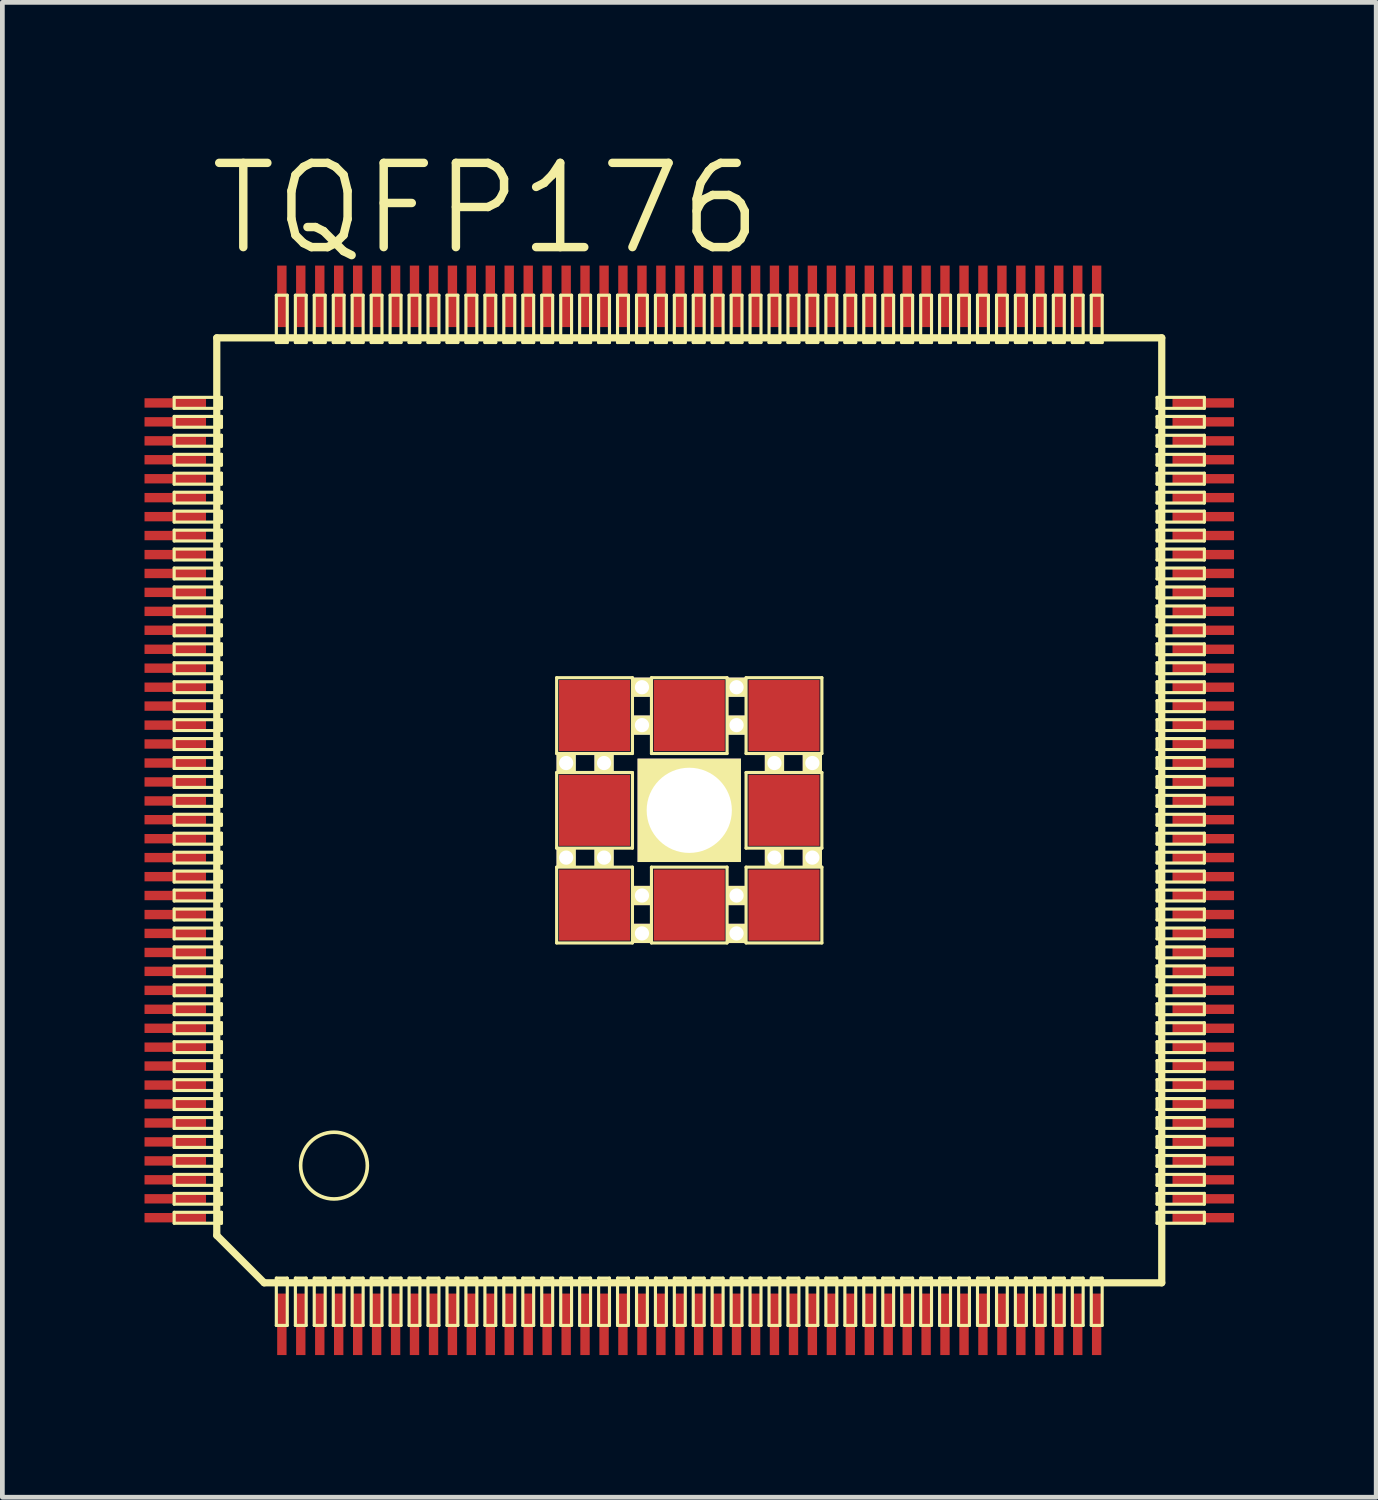
<source format=kicad_pcb>
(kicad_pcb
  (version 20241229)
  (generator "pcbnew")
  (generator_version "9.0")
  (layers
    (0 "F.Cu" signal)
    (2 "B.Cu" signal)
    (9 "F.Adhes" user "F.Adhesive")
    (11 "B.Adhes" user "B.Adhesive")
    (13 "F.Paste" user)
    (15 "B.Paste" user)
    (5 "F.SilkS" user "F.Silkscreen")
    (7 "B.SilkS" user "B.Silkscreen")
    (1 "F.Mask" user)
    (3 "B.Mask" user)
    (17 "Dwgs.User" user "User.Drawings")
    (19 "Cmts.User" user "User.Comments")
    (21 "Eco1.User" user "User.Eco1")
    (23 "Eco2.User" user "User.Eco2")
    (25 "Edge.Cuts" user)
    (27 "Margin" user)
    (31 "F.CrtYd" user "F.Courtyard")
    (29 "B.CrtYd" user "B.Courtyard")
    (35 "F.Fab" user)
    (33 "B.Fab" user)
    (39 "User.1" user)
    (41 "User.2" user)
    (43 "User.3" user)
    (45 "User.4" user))
  (footprint "TQFP176"
    (layer "F.Cu")
    (at 11.497 14.052)
    (property "Reference" "TQFP176" (at -4.29 -12.7 0) (layer "F.SilkS") (effects (font (size 1.778 1.778) (thickness 0.178))))
    (attr smd)
    (fp_line (start -10.871 -8.715) (end -9.873 -8.715) (stroke (width 0.066) (type solid)) (layer "F.SilkS"))
    (fp_line (start -10.871 -8.484) (end -10.871 -8.715) (stroke (width 0.066) (type solid)) (layer "F.SilkS"))
    (fp_line (start -10.871 -8.484) (end -9.873 -8.484) (stroke (width 0.066) (type solid)) (layer "F.SilkS"))
    (fp_line (start -10.871 -8.313) (end -9.873 -8.313) (stroke (width 0.066) (type solid)) (layer "F.SilkS"))
    (fp_line (start -10.871 -8.085) (end -10.871 -8.313) (stroke (width 0.066) (type solid)) (layer "F.SilkS"))
    (fp_line (start -10.871 -8.085) (end -9.873 -8.085) (stroke (width 0.066) (type solid)) (layer "F.SilkS"))
    (fp_line (start -10.871 -7.915) (end -9.873 -7.915) (stroke (width 0.066) (type solid)) (layer "F.SilkS"))
    (fp_line (start -10.871 -7.684) (end -10.871 -7.915) (stroke (width 0.066) (type solid)) (layer "F.SilkS"))
    (fp_line (start -10.871 -7.684) (end -9.873 -7.684) (stroke (width 0.066) (type solid)) (layer "F.SilkS"))
    (fp_line (start -10.871 -7.513) (end -9.873 -7.513) (stroke (width 0.066) (type solid)) (layer "F.SilkS"))
    (fp_line (start -10.871 -7.285) (end -10.871 -7.513) (stroke (width 0.066) (type solid)) (layer "F.SilkS"))
    (fp_line (start -10.871 -7.285) (end -9.873 -7.285) (stroke (width 0.066) (type solid)) (layer "F.SilkS"))
    (fp_line (start -10.871 -7.115) (end -9.873 -7.115) (stroke (width 0.066) (type solid)) (layer "F.SilkS"))
    (fp_line (start -10.871 -6.883) (end -10.871 -7.115) (stroke (width 0.066) (type solid)) (layer "F.SilkS"))
    (fp_line (start -10.871 -6.883) (end -9.873 -6.883) (stroke (width 0.066) (type solid)) (layer "F.SilkS"))
    (fp_line (start -10.871 -6.713) (end -9.873 -6.713) (stroke (width 0.066) (type solid)) (layer "F.SilkS"))
    (fp_line (start -10.871 -6.485) (end -10.871 -6.713) (stroke (width 0.066) (type solid)) (layer "F.SilkS"))
    (fp_line (start -10.871 -6.485) (end -9.873 -6.485) (stroke (width 0.066) (type solid)) (layer "F.SilkS"))
    (fp_line (start -10.871 -6.314) (end -9.873 -6.314) (stroke (width 0.066) (type solid)) (layer "F.SilkS"))
    (fp_line (start -10.871 -6.083) (end -10.871 -6.314) (stroke (width 0.066) (type solid)) (layer "F.SilkS"))
    (fp_line (start -10.871 -6.083) (end -9.873 -6.083) (stroke (width 0.066) (type solid)) (layer "F.SilkS"))
    (fp_line (start -10.871 -5.913) (end -9.873 -5.913) (stroke (width 0.066) (type solid)) (layer "F.SilkS"))
    (fp_line (start -10.871 -5.685) (end -10.871 -5.913) (stroke (width 0.066) (type solid)) (layer "F.SilkS"))
    (fp_line (start -10.871 -5.685) (end -9.873 -5.685) (stroke (width 0.066) (type solid)) (layer "F.SilkS"))
    (fp_line (start -10.871 -5.514) (end -9.873 -5.514) (stroke (width 0.066) (type solid)) (layer "F.SilkS"))
    (fp_line (start -10.871 -5.283) (end -10.871 -5.514) (stroke (width 0.066) (type solid)) (layer "F.SilkS"))
    (fp_line (start -10.871 -5.283) (end -9.873 -5.283) (stroke (width 0.066) (type solid)) (layer "F.SilkS"))
    (fp_line (start -10.871 -5.113) (end -9.873 -5.113) (stroke (width 0.066) (type solid)) (layer "F.SilkS"))
    (fp_line (start -10.871 -4.884) (end -10.871 -5.113) (stroke (width 0.066) (type solid)) (layer "F.SilkS"))
    (fp_line (start -10.871 -4.884) (end -9.873 -4.884) (stroke (width 0.066) (type solid)) (layer "F.SilkS"))
    (fp_line (start -10.871 -4.714) (end -9.873 -4.714) (stroke (width 0.066) (type solid)) (layer "F.SilkS"))
    (fp_line (start -10.871 -4.483) (end -10.871 -4.714) (stroke (width 0.066) (type solid)) (layer "F.SilkS"))
    (fp_line (start -10.871 -4.483) (end -9.873 -4.483) (stroke (width 0.066) (type solid)) (layer "F.SilkS"))
    (fp_line (start -10.871 -4.313) (end -9.873 -4.313) (stroke (width 0.066) (type solid)) (layer "F.SilkS"))
    (fp_line (start -10.871 -4.084) (end -10.871 -4.313) (stroke (width 0.066) (type solid)) (layer "F.SilkS"))
    (fp_line (start -10.871 -4.084) (end -9.873 -4.084) (stroke (width 0.066) (type solid)) (layer "F.SilkS"))
    (fp_line (start -10.871 -3.914) (end -9.873 -3.914) (stroke (width 0.066) (type solid)) (layer "F.SilkS"))
    (fp_line (start -10.871 -3.683) (end -10.871 -3.914) (stroke (width 0.066) (type solid)) (layer "F.SilkS"))
    (fp_line (start -10.871 -3.683) (end -9.873 -3.683) (stroke (width 0.066) (type solid)) (layer "F.SilkS"))
    (fp_line (start -10.871 -3.513) (end -9.873 -3.513) (stroke (width 0.066) (type solid)) (layer "F.SilkS"))
    (fp_line (start -10.871 -3.284) (end -10.871 -3.513) (stroke (width 0.066) (type solid)) (layer "F.SilkS"))
    (fp_line (start -10.871 -3.284) (end -9.873 -3.284) (stroke (width 0.066) (type solid)) (layer "F.SilkS"))
    (fp_line (start -10.871 -3.114) (end -9.873 -3.114) (stroke (width 0.066) (type solid)) (layer "F.SilkS"))
    (fp_line (start -10.871 -2.883) (end -10.871 -3.114) (stroke (width 0.066) (type solid)) (layer "F.SilkS"))
    (fp_line (start -10.871 -2.883) (end -9.873 -2.883) (stroke (width 0.066) (type solid)) (layer "F.SilkS"))
    (fp_line (start -10.871 -2.713) (end -9.873 -2.713) (stroke (width 0.066) (type solid)) (layer "F.SilkS"))
    (fp_line (start -10.871 -2.484) (end -10.871 -2.713) (stroke (width 0.066) (type solid)) (layer "F.SilkS"))
    (fp_line (start -10.871 -2.484) (end -9.873 -2.484) (stroke (width 0.066) (type solid)) (layer "F.SilkS"))
    (fp_line (start -10.871 -2.314) (end -9.873 -2.314) (stroke (width 0.066) (type solid)) (layer "F.SilkS"))
    (fp_line (start -10.871 -2.083) (end -10.871 -2.314) (stroke (width 0.066) (type solid)) (layer "F.SilkS"))
    (fp_line (start -10.871 -2.083) (end -9.873 -2.083) (stroke (width 0.066) (type solid)) (layer "F.SilkS"))
    (fp_line (start -10.871 -1.913) (end -9.873 -1.913) (stroke (width 0.066) (type solid)) (layer "F.SilkS"))
    (fp_line (start -10.871 -1.684) (end -10.871 -1.913) (stroke (width 0.066) (type solid)) (layer "F.SilkS"))
    (fp_line (start -10.871 -1.684) (end -9.873 -1.684) (stroke (width 0.066) (type solid)) (layer "F.SilkS"))
    (fp_line (start -10.871 -1.514) (end -9.873 -1.514) (stroke (width 0.066) (type solid)) (layer "F.SilkS"))
    (fp_line (start -10.871 -1.283) (end -10.871 -1.514) (stroke (width 0.066) (type solid)) (layer "F.SilkS"))
    (fp_line (start -10.871 -1.283) (end -9.873 -1.283) (stroke (width 0.066) (type solid)) (layer "F.SilkS"))
    (fp_line (start -10.871 -1.113) (end -9.873 -1.113) (stroke (width 0.066) (type solid)) (layer "F.SilkS"))
    (fp_line (start -10.871 -0.884) (end -10.871 -1.113) (stroke (width 0.066) (type solid)) (layer "F.SilkS"))
    (fp_line (start -10.871 -0.884) (end -9.873 -0.884) (stroke (width 0.066) (type solid)) (layer "F.SilkS"))
    (fp_line (start -10.871 -0.714) (end -9.873 -0.714) (stroke (width 0.066) (type solid)) (layer "F.SilkS"))
    (fp_line (start -10.871 -0.483) (end -10.871 -0.714) (stroke (width 0.066) (type solid)) (layer "F.SilkS"))
    (fp_line (start -10.871 -0.483) (end -9.873 -0.483) (stroke (width 0.066) (type solid)) (layer "F.SilkS"))
    (fp_line (start -10.871 -0.315) (end -9.873 -0.315) (stroke (width 0.066) (type solid)) (layer "F.SilkS"))
    (fp_line (start -10.871 -0.084) (end -10.871 -0.315) (stroke (width 0.066) (type solid)) (layer "F.SilkS"))
    (fp_line (start -10.871 -0.084) (end -9.873 -0.084) (stroke (width 0.066) (type solid)) (layer "F.SilkS"))
    (fp_line (start -10.871 0.084) (end -9.873 0.084) (stroke (width 0.066) (type solid)) (layer "F.SilkS"))
    (fp_line (start -10.871 0.315) (end -10.871 0.084) (stroke (width 0.066) (type solid)) (layer "F.SilkS"))
    (fp_line (start -10.871 0.315) (end -9.873 0.315) (stroke (width 0.066) (type solid)) (layer "F.SilkS"))
    (fp_line (start -10.871 0.483) (end -9.873 0.483) (stroke (width 0.066) (type solid)) (layer "F.SilkS"))
    (fp_line (start -10.871 0.714) (end -10.871 0.483) (stroke (width 0.066) (type solid)) (layer "F.SilkS"))
    (fp_line (start -10.871 0.714) (end -9.873 0.714) (stroke (width 0.066) (type solid)) (layer "F.SilkS"))
    (fp_line (start -10.871 0.884) (end -9.873 0.884) (stroke (width 0.066) (type solid)) (layer "F.SilkS"))
    (fp_line (start -10.871 1.113) (end -10.871 0.884) (stroke (width 0.066) (type solid)) (layer "F.SilkS"))
    (fp_line (start -10.871 1.113) (end -9.873 1.113) (stroke (width 0.066) (type solid)) (layer "F.SilkS"))
    (fp_line (start -10.871 1.283) (end -9.873 1.283) (stroke (width 0.066) (type solid)) (layer "F.SilkS"))
    (fp_line (start -10.871 1.514) (end -10.871 1.283) (stroke (width 0.066) (type solid)) (layer "F.SilkS"))
    (fp_line (start -10.871 1.514) (end -9.873 1.514) (stroke (width 0.066) (type solid)) (layer "F.SilkS"))
    (fp_line (start -10.871 1.684) (end -9.873 1.684) (stroke (width 0.066) (type solid)) (layer "F.SilkS"))
    (fp_line (start -10.871 1.913) (end -10.871 1.684) (stroke (width 0.066) (type solid)) (layer "F.SilkS"))
    (fp_line (start -10.871 1.913) (end -9.873 1.913) (stroke (width 0.066) (type solid)) (layer "F.SilkS"))
    (fp_line (start -10.871 2.083) (end -9.873 2.083) (stroke (width 0.066) (type solid)) (layer "F.SilkS"))
    (fp_line (start -10.871 2.314) (end -10.871 2.083) (stroke (width 0.066) (type solid)) (layer "F.SilkS"))
    (fp_line (start -10.871 2.314) (end -9.873 2.314) (stroke (width 0.066) (type solid)) (layer "F.SilkS"))
    (fp_line (start -10.871 2.484) (end -9.873 2.484) (stroke (width 0.066) (type solid)) (layer "F.SilkS"))
    (fp_line (start -10.871 2.713) (end -10.871 2.484) (stroke (width 0.066) (type solid)) (layer "F.SilkS"))
    (fp_line (start -10.871 2.713) (end -9.873 2.713) (stroke (width 0.066) (type solid)) (layer "F.SilkS"))
    (fp_line (start -10.871 2.883) (end -9.873 2.883) (stroke (width 0.066) (type solid)) (layer "F.SilkS"))
    (fp_line (start -10.871 3.114) (end -10.871 2.883) (stroke (width 0.066) (type solid)) (layer "F.SilkS"))
    (fp_line (start -10.871 3.114) (end -9.873 3.114) (stroke (width 0.066) (type solid)) (layer "F.SilkS"))
    (fp_line (start -10.871 3.284) (end -9.873 3.284) (stroke (width 0.066) (type solid)) (layer "F.SilkS"))
    (fp_line (start -10.871 3.513) (end -10.871 3.284) (stroke (width 0.066) (type solid)) (layer "F.SilkS"))
    (fp_line (start -10.871 3.513) (end -9.873 3.513) (stroke (width 0.066) (type solid)) (layer "F.SilkS"))
    (fp_line (start -10.871 3.683) (end -9.873 3.683) (stroke (width 0.066) (type solid)) (layer "F.SilkS"))
    (fp_line (start -10.871 3.914) (end -10.871 3.683) (stroke (width 0.066) (type solid)) (layer "F.SilkS"))
    (fp_line (start -10.871 3.914) (end -9.873 3.914) (stroke (width 0.066) (type solid)) (layer "F.SilkS"))
    (fp_line (start -10.871 4.084) (end -9.873 4.084) (stroke (width 0.066) (type solid)) (layer "F.SilkS"))
    (fp_line (start -10.871 4.313) (end -10.871 4.084) (stroke (width 0.066) (type solid)) (layer "F.SilkS"))
    (fp_line (start -10.871 4.313) (end -9.873 4.313) (stroke (width 0.066) (type solid)) (layer "F.SilkS"))
    (fp_line (start -10.871 4.483) (end -9.873 4.483) (stroke (width 0.066) (type solid)) (layer "F.SilkS"))
    (fp_line (start -10.871 4.714) (end -10.871 4.483) (stroke (width 0.066) (type solid)) (layer "F.SilkS"))
    (fp_line (start -10.871 4.714) (end -9.873 4.714) (stroke (width 0.066) (type solid)) (layer "F.SilkS"))
    (fp_line (start -10.871 4.884) (end -9.873 4.884) (stroke (width 0.066) (type solid)) (layer "F.SilkS"))
    (fp_line (start -10.871 5.113) (end -10.871 4.884) (stroke (width 0.066) (type solid)) (layer "F.SilkS"))
    (fp_line (start -10.871 5.113) (end -9.873 5.113) (stroke (width 0.066) (type solid)) (layer "F.SilkS"))
    (fp_line (start -10.871 5.283) (end -9.873 5.283) (stroke (width 0.066) (type solid)) (layer "F.SilkS"))
    (fp_line (start -10.871 5.514) (end -10.871 5.283) (stroke (width 0.066) (type solid)) (layer "F.SilkS"))
    (fp_line (start -10.871 5.514) (end -9.873 5.514) (stroke (width 0.066) (type solid)) (layer "F.SilkS"))
    (fp_line (start -10.871 5.685) (end -9.873 5.685) (stroke (width 0.066) (type solid)) (layer "F.SilkS"))
    (fp_line (start -10.871 5.913) (end -10.871 5.685) (stroke (width 0.066) (type solid)) (layer "F.SilkS"))
    (fp_line (start -10.871 5.913) (end -9.873 5.913) (stroke (width 0.066) (type solid)) (layer "F.SilkS"))
    (fp_line (start -10.871 6.083) (end -9.873 6.083) (stroke (width 0.066) (type solid)) (layer "F.SilkS"))
    (fp_line (start -10.871 6.314) (end -10.871 6.083) (stroke (width 0.066) (type solid)) (layer "F.SilkS"))
    (fp_line (start -10.871 6.314) (end -9.873 6.314) (stroke (width 0.066) (type solid)) (layer "F.SilkS"))
    (fp_line (start -10.871 6.485) (end -9.873 6.485) (stroke (width 0.066) (type solid)) (layer "F.SilkS"))
    (fp_line (start -10.871 6.713) (end -10.871 6.485) (stroke (width 0.066) (type solid)) (layer "F.SilkS"))
    (fp_line (start -10.871 6.713) (end -9.873 6.713) (stroke (width 0.066) (type solid)) (layer "F.SilkS"))
    (fp_line (start -10.871 6.883) (end -9.873 6.883) (stroke (width 0.066) (type solid)) (layer "F.SilkS"))
    (fp_line (start -10.871 7.115) (end -10.871 6.883) (stroke (width 0.066) (type solid)) (layer "F.SilkS"))
    (fp_line (start -10.871 7.115) (end -9.873 7.115) (stroke (width 0.066) (type solid)) (layer "F.SilkS"))
    (fp_line (start -10.871 7.285) (end -9.873 7.285) (stroke (width 0.066) (type solid)) (layer "F.SilkS"))
    (fp_line (start -10.871 7.513) (end -10.871 7.285) (stroke (width 0.066) (type solid)) (layer "F.SilkS"))
    (fp_line (start -10.871 7.513) (end -9.873 7.513) (stroke (width 0.066) (type solid)) (layer "F.SilkS"))
    (fp_line (start -10.871 7.684) (end -9.873 7.684) (stroke (width 0.066) (type solid)) (layer "F.SilkS"))
    (fp_line (start -10.871 7.915) (end -10.871 7.684) (stroke (width 0.066) (type solid)) (layer "F.SilkS"))
    (fp_line (start -10.871 7.915) (end -9.873 7.915) (stroke (width 0.066) (type solid)) (layer "F.SilkS"))
    (fp_line (start -10.871 8.085) (end -9.873 8.085) (stroke (width 0.066) (type solid)) (layer "F.SilkS"))
    (fp_line (start -10.871 8.313) (end -10.871 8.085) (stroke (width 0.066) (type solid)) (layer "F.SilkS"))
    (fp_line (start -10.871 8.313) (end -9.873 8.313) (stroke (width 0.066) (type solid)) (layer "F.SilkS"))
    (fp_line (start -10.871 8.484) (end -9.873 8.484) (stroke (width 0.066) (type solid)) (layer "F.SilkS"))
    (fp_line (start -10.871 8.715) (end -10.871 8.484) (stroke (width 0.066) (type solid)) (layer "F.SilkS"))
    (fp_line (start -10.871 8.715) (end -9.873 8.715) (stroke (width 0.066) (type solid)) (layer "F.SilkS"))
    (fp_line (start -9.972 -9.972) (end 9.972 -9.972) (stroke (width 0.152) (type solid)) (layer "F.SilkS"))
    (fp_line (start -9.972 8.971) (end -9.972 -9.972) (stroke (width 0.152) (type solid)) (layer "F.SilkS"))
    (fp_line (start -9.873 -8.484) (end -9.873 -8.715) (stroke (width 0.066) (type solid)) (layer "F.SilkS"))
    (fp_line (start -9.873 -8.085) (end -9.873 -8.313) (stroke (width 0.066) (type solid)) (layer "F.SilkS"))
    (fp_line (start -9.873 -7.684) (end -9.873 -7.915) (stroke (width 0.066) (type solid)) (layer "F.SilkS"))
    (fp_line (start -9.873 -7.285) (end -9.873 -7.513) (stroke (width 0.066) (type solid)) (layer "F.SilkS"))
    (fp_line (start -9.873 -6.883) (end -9.873 -7.115) (stroke (width 0.066) (type solid)) (layer "F.SilkS"))
    (fp_line (start -9.873 -6.485) (end -9.873 -6.713) (stroke (width 0.066) (type solid)) (layer "F.SilkS"))
    (fp_line (start -9.873 -6.083) (end -9.873 -6.314) (stroke (width 0.066) (type solid)) (layer "F.SilkS"))
    (fp_line (start -9.873 -5.685) (end -9.873 -5.913) (stroke (width 0.066) (type solid)) (layer "F.SilkS"))
    (fp_line (start -9.873 -5.283) (end -9.873 -5.514) (stroke (width 0.066) (type solid)) (layer "F.SilkS"))
    (fp_line (start -9.873 -4.884) (end -9.873 -5.113) (stroke (width 0.066) (type solid)) (layer "F.SilkS"))
    (fp_line (start -9.873 -4.483) (end -9.873 -4.714) (stroke (width 0.066) (type solid)) (layer "F.SilkS"))
    (fp_line (start -9.873 -4.084) (end -9.873 -4.313) (stroke (width 0.066) (type solid)) (layer "F.SilkS"))
    (fp_line (start -9.873 -3.683) (end -9.873 -3.914) (stroke (width 0.066) (type solid)) (layer "F.SilkS"))
    (fp_line (start -9.873 -3.284) (end -9.873 -3.513) (stroke (width 0.066) (type solid)) (layer "F.SilkS"))
    (fp_line (start -9.873 -2.883) (end -9.873 -3.114) (stroke (width 0.066) (type solid)) (layer "F.SilkS"))
    (fp_line (start -9.873 -2.484) (end -9.873 -2.713) (stroke (width 0.066) (type solid)) (layer "F.SilkS"))
    (fp_line (start -9.873 -2.083) (end -9.873 -2.314) (stroke (width 0.066) (type solid)) (layer "F.SilkS"))
    (fp_line (start -9.873 -1.684) (end -9.873 -1.913) (stroke (width 0.066) (type solid)) (layer "F.SilkS"))
    (fp_line (start -9.873 -1.283) (end -9.873 -1.514) (stroke (width 0.066) (type solid)) (layer "F.SilkS"))
    (fp_line (start -9.873 -0.884) (end -9.873 -1.113) (stroke (width 0.066) (type solid)) (layer "F.SilkS"))
    (fp_line (start -9.873 -0.483) (end -9.873 -0.714) (stroke (width 0.066) (type solid)) (layer "F.SilkS"))
    (fp_line (start -9.873 -0.084) (end -9.873 -0.315) (stroke (width 0.066) (type solid)) (layer "F.SilkS"))
    (fp_line (start -9.873 0.315) (end -9.873 0.084) (stroke (width 0.066) (type solid)) (layer "F.SilkS"))
    (fp_line (start -9.873 0.714) (end -9.873 0.483) (stroke (width 0.066) (type solid)) (layer "F.SilkS"))
    (fp_line (start -9.873 1.113) (end -9.873 0.884) (stroke (width 0.066) (type solid)) (layer "F.SilkS"))
    (fp_line (start -9.873 1.514) (end -9.873 1.283) (stroke (width 0.066) (type solid)) (layer "F.SilkS"))
    (fp_line (start -9.873 1.913) (end -9.873 1.684) (stroke (width 0.066) (type solid)) (layer "F.SilkS"))
    (fp_line (start -9.873 2.314) (end -9.873 2.083) (stroke (width 0.066) (type solid)) (layer "F.SilkS"))
    (fp_line (start -9.873 2.713) (end -9.873 2.484) (stroke (width 0.066) (type solid)) (layer "F.SilkS"))
    (fp_line (start -9.873 3.114) (end -9.873 2.883) (stroke (width 0.066) (type solid)) (layer "F.SilkS"))
    (fp_line (start -9.873 3.513) (end -9.873 3.284) (stroke (width 0.066) (type solid)) (layer "F.SilkS"))
    (fp_line (start -9.873 3.914) (end -9.873 3.683) (stroke (width 0.066) (type solid)) (layer "F.SilkS"))
    (fp_line (start -9.873 4.313) (end -9.873 4.084) (stroke (width 0.066) (type solid)) (layer "F.SilkS"))
    (fp_line (start -9.873 4.714) (end -9.873 4.483) (stroke (width 0.066) (type solid)) (layer "F.SilkS"))
    (fp_line (start -9.873 5.113) (end -9.873 4.884) (stroke (width 0.066) (type solid)) (layer "F.SilkS"))
    (fp_line (start -9.873 5.514) (end -9.873 5.283) (stroke (width 0.066) (type solid)) (layer "F.SilkS"))
    (fp_line (start -9.873 5.913) (end -9.873 5.685) (stroke (width 0.066) (type solid)) (layer "F.SilkS"))
    (fp_line (start -9.873 6.314) (end -9.873 6.083) (stroke (width 0.066) (type solid)) (layer "F.SilkS"))
    (fp_line (start -9.873 6.713) (end -9.873 6.485) (stroke (width 0.066) (type solid)) (layer "F.SilkS"))
    (fp_line (start -9.873 7.115) (end -9.873 6.883) (stroke (width 0.066) (type solid)) (layer "F.SilkS"))
    (fp_line (start -9.873 7.513) (end -9.873 7.285) (stroke (width 0.066) (type solid)) (layer "F.SilkS"))
    (fp_line (start -9.873 7.915) (end -9.873 7.684) (stroke (width 0.066) (type solid)) (layer "F.SilkS"))
    (fp_line (start -9.873 8.313) (end -9.873 8.085) (stroke (width 0.066) (type solid)) (layer "F.SilkS"))
    (fp_line (start -9.873 8.715) (end -9.873 8.484) (stroke (width 0.066) (type solid)) (layer "F.SilkS"))
    (fp_line (start -8.971 9.972) (end -9.972 8.971) (stroke (width 0.152) (type solid)) (layer "F.SilkS"))
    (fp_line (start -8.715 -10.871) (end -8.484 -10.871) (stroke (width 0.066) (type solid)) (layer "F.SilkS"))
    (fp_line (start -8.715 -9.873) (end -8.715 -10.871) (stroke (width 0.066) (type solid)) (layer "F.SilkS"))
    (fp_line (start -8.715 -9.873) (end -8.484 -9.873) (stroke (width 0.066) (type solid)) (layer "F.SilkS"))
    (fp_line (start -8.715 9.873) (end -8.484 9.873) (stroke (width 0.066) (type solid)) (layer "F.SilkS"))
    (fp_line (start -8.715 10.871) (end -8.715 9.873) (stroke (width 0.066) (type solid)) (layer "F.SilkS"))
    (fp_line (start -8.715 10.871) (end -8.484 10.871) (stroke (width 0.066) (type solid)) (layer "F.SilkS"))
    (fp_line (start -8.484 -9.873) (end -8.484 -10.871) (stroke (width 0.066) (type solid)) (layer "F.SilkS"))
    (fp_line (start -8.484 10.871) (end -8.484 9.873) (stroke (width 0.066) (type solid)) (layer "F.SilkS"))
    (fp_line (start -8.313 -10.871) (end -8.085 -10.871) (stroke (width 0.066) (type solid)) (layer "F.SilkS"))
    (fp_line (start -8.313 -9.873) (end -8.313 -10.871) (stroke (width 0.066) (type solid)) (layer "F.SilkS"))
    (fp_line (start -8.313 -9.873) (end -8.085 -9.873) (stroke (width 0.066) (type solid)) (layer "F.SilkS"))
    (fp_line (start -8.313 9.873) (end -8.085 9.873) (stroke (width 0.066) (type solid)) (layer "F.SilkS"))
    (fp_line (start -8.313 10.871) (end -8.313 9.873) (stroke (width 0.066) (type solid)) (layer "F.SilkS"))
    (fp_line (start -8.313 10.871) (end -8.085 10.871) (stroke (width 0.066) (type solid)) (layer "F.SilkS"))
    (fp_line (start -8.085 -9.873) (end -8.085 -10.871) (stroke (width 0.066) (type solid)) (layer "F.SilkS"))
    (fp_line (start -8.085 10.871) (end -8.085 9.873) (stroke (width 0.066) (type solid)) (layer "F.SilkS"))
    (fp_line (start -7.915 -10.871) (end -7.684 -10.871) (stroke (width 0.066) (type solid)) (layer "F.SilkS"))
    (fp_line (start -7.915 -9.873) (end -7.915 -10.871) (stroke (width 0.066) (type solid)) (layer "F.SilkS"))
    (fp_line (start -7.915 -9.873) (end -7.684 -9.873) (stroke (width 0.066) (type solid)) (layer "F.SilkS"))
    (fp_line (start -7.915 9.873) (end -7.684 9.873) (stroke (width 0.066) (type solid)) (layer "F.SilkS"))
    (fp_line (start -7.915 10.871) (end -7.915 9.873) (stroke (width 0.066) (type solid)) (layer "F.SilkS"))
    (fp_line (start -7.915 10.871) (end -7.684 10.871) (stroke (width 0.066) (type solid)) (layer "F.SilkS"))
    (fp_line (start -7.684 -9.873) (end -7.684 -10.871) (stroke (width 0.066) (type solid)) (layer "F.SilkS"))
    (fp_line (start -7.684 10.871) (end -7.684 9.873) (stroke (width 0.066) (type solid)) (layer "F.SilkS"))
    (fp_line (start -7.513 -10.871) (end -7.285 -10.871) (stroke (width 0.066) (type solid)) (layer "F.SilkS"))
    (fp_line (start -7.513 -9.873) (end -7.513 -10.871) (stroke (width 0.066) (type solid)) (layer "F.SilkS"))
    (fp_line (start -7.513 -9.873) (end -7.285 -9.873) (stroke (width 0.066) (type solid)) (layer "F.SilkS"))
    (fp_line (start -7.513 9.873) (end -7.285 9.873) (stroke (width 0.066) (type solid)) (layer "F.SilkS"))
    (fp_line (start -7.513 10.871) (end -7.513 9.873) (stroke (width 0.066) (type solid)) (layer "F.SilkS"))
    (fp_line (start -7.513 10.871) (end -7.285 10.871) (stroke (width 0.066) (type solid)) (layer "F.SilkS"))
    (fp_line (start -7.285 -9.873) (end -7.285 -10.871) (stroke (width 0.066) (type solid)) (layer "F.SilkS"))
    (fp_line (start -7.285 10.871) (end -7.285 9.873) (stroke (width 0.066) (type solid)) (layer "F.SilkS"))
    (fp_line (start -7.115 -10.871) (end -6.883 -10.871) (stroke (width 0.066) (type solid)) (layer "F.SilkS"))
    (fp_line (start -7.115 -9.873) (end -7.115 -10.871) (stroke (width 0.066) (type solid)) (layer "F.SilkS"))
    (fp_line (start -7.115 -9.873) (end -6.883 -9.873) (stroke (width 0.066) (type solid)) (layer "F.SilkS"))
    (fp_line (start -7.115 9.873) (end -6.883 9.873) (stroke (width 0.066) (type solid)) (layer "F.SilkS"))
    (fp_line (start -7.115 10.871) (end -7.115 9.873) (stroke (width 0.066) (type solid)) (layer "F.SilkS"))
    (fp_line (start -7.115 10.871) (end -6.883 10.871) (stroke (width 0.066) (type solid)) (layer "F.SilkS"))
    (fp_line (start -6.883 -9.873) (end -6.883 -10.871) (stroke (width 0.066) (type solid)) (layer "F.SilkS"))
    (fp_line (start -6.883 10.871) (end -6.883 9.873) (stroke (width 0.066) (type solid)) (layer "F.SilkS"))
    (fp_line (start -6.713 -10.871) (end -6.485 -10.871) (stroke (width 0.066) (type solid)) (layer "F.SilkS"))
    (fp_line (start -6.713 -9.873) (end -6.713 -10.871) (stroke (width 0.066) (type solid)) (layer "F.SilkS"))
    (fp_line (start -6.713 -9.873) (end -6.485 -9.873) (stroke (width 0.066) (type solid)) (layer "F.SilkS"))
    (fp_line (start -6.713 9.873) (end -6.485 9.873) (stroke (width 0.066) (type solid)) (layer "F.SilkS"))
    (fp_line (start -6.713 10.871) (end -6.713 9.873) (stroke (width 0.066) (type solid)) (layer "F.SilkS"))
    (fp_line (start -6.713 10.871) (end -6.485 10.871) (stroke (width 0.066) (type solid)) (layer "F.SilkS"))
    (fp_line (start -6.485 -9.873) (end -6.485 -10.871) (stroke (width 0.066) (type solid)) (layer "F.SilkS"))
    (fp_line (start -6.485 10.871) (end -6.485 9.873) (stroke (width 0.066) (type solid)) (layer "F.SilkS"))
    (fp_line (start -6.314 -10.871) (end -6.083 -10.871) (stroke (width 0.066) (type solid)) (layer "F.SilkS"))
    (fp_line (start -6.314 -9.873) (end -6.314 -10.871) (stroke (width 0.066) (type solid)) (layer "F.SilkS"))
    (fp_line (start -6.314 -9.873) (end -6.083 -9.873) (stroke (width 0.066) (type solid)) (layer "F.SilkS"))
    (fp_line (start -6.314 9.873) (end -6.083 9.873) (stroke (width 0.066) (type solid)) (layer "F.SilkS"))
    (fp_line (start -6.314 10.871) (end -6.314 9.873) (stroke (width 0.066) (type solid)) (layer "F.SilkS"))
    (fp_line (start -6.314 10.871) (end -6.083 10.871) (stroke (width 0.066) (type solid)) (layer "F.SilkS"))
    (fp_line (start -6.083 -9.873) (end -6.083 -10.871) (stroke (width 0.066) (type solid)) (layer "F.SilkS"))
    (fp_line (start -6.083 10.871) (end -6.083 9.873) (stroke (width 0.066) (type solid)) (layer "F.SilkS"))
    (fp_line (start -5.913 -10.871) (end -5.685 -10.871) (stroke (width 0.066) (type solid)) (layer "F.SilkS"))
    (fp_line (start -5.913 -9.873) (end -5.913 -10.871) (stroke (width 0.066) (type solid)) (layer "F.SilkS"))
    (fp_line (start -5.913 -9.873) (end -5.685 -9.873) (stroke (width 0.066) (type solid)) (layer "F.SilkS"))
    (fp_line (start -5.913 9.873) (end -5.685 9.873) (stroke (width 0.066) (type solid)) (layer "F.SilkS"))
    (fp_line (start -5.913 10.871) (end -5.913 9.873) (stroke (width 0.066) (type solid)) (layer "F.SilkS"))
    (fp_line (start -5.913 10.871) (end -5.685 10.871) (stroke (width 0.066) (type solid)) (layer "F.SilkS"))
    (fp_line (start -5.685 -9.873) (end -5.685 -10.871) (stroke (width 0.066) (type solid)) (layer "F.SilkS"))
    (fp_line (start -5.685 10.871) (end -5.685 9.873) (stroke (width 0.066) (type solid)) (layer "F.SilkS"))
    (fp_line (start -5.514 -10.871) (end -5.283 -10.871) (stroke (width 0.066) (type solid)) (layer "F.SilkS"))
    (fp_line (start -5.514 -9.873) (end -5.514 -10.871) (stroke (width 0.066) (type solid)) (layer "F.SilkS"))
    (fp_line (start -5.514 -9.873) (end -5.283 -9.873) (stroke (width 0.066) (type solid)) (layer "F.SilkS"))
    (fp_line (start -5.514 9.873) (end -5.283 9.873) (stroke (width 0.066) (type solid)) (layer "F.SilkS"))
    (fp_line (start -5.514 10.871) (end -5.514 9.873) (stroke (width 0.066) (type solid)) (layer "F.SilkS"))
    (fp_line (start -5.514 10.871) (end -5.283 10.871) (stroke (width 0.066) (type solid)) (layer "F.SilkS"))
    (fp_line (start -5.283 -9.873) (end -5.283 -10.871) (stroke (width 0.066) (type solid)) (layer "F.SilkS"))
    (fp_line (start -5.283 10.871) (end -5.283 9.873) (stroke (width 0.066) (type solid)) (layer "F.SilkS"))
    (fp_line (start -5.113 -10.871) (end -4.884 -10.871) (stroke (width 0.066) (type solid)) (layer "F.SilkS"))
    (fp_line (start -5.113 -9.873) (end -5.113 -10.871) (stroke (width 0.066) (type solid)) (layer "F.SilkS"))
    (fp_line (start -5.113 -9.873) (end -4.884 -9.873) (stroke (width 0.066) (type solid)) (layer "F.SilkS"))
    (fp_line (start -5.113 9.873) (end -4.884 9.873) (stroke (width 0.066) (type solid)) (layer "F.SilkS"))
    (fp_line (start -5.113 10.871) (end -5.113 9.873) (stroke (width 0.066) (type solid)) (layer "F.SilkS"))
    (fp_line (start -5.113 10.871) (end -4.884 10.871) (stroke (width 0.066) (type solid)) (layer "F.SilkS"))
    (fp_line (start -4.884 -9.873) (end -4.884 -10.871) (stroke (width 0.066) (type solid)) (layer "F.SilkS"))
    (fp_line (start -4.884 10.871) (end -4.884 9.873) (stroke (width 0.066) (type solid)) (layer "F.SilkS"))
    (fp_line (start -4.714 -10.871) (end -4.483 -10.871) (stroke (width 0.066) (type solid)) (layer "F.SilkS"))
    (fp_line (start -4.714 -9.873) (end -4.714 -10.871) (stroke (width 0.066) (type solid)) (layer "F.SilkS"))
    (fp_line (start -4.714 -9.873) (end -4.483 -9.873) (stroke (width 0.066) (type solid)) (layer "F.SilkS"))
    (fp_line (start -4.714 9.873) (end -4.483 9.873) (stroke (width 0.066) (type solid)) (layer "F.SilkS"))
    (fp_line (start -4.714 10.871) (end -4.714 9.873) (stroke (width 0.066) (type solid)) (layer "F.SilkS"))
    (fp_line (start -4.714 10.871) (end -4.483 10.871) (stroke (width 0.066) (type solid)) (layer "F.SilkS"))
    (fp_line (start -4.483 -9.873) (end -4.483 -10.871) (stroke (width 0.066) (type solid)) (layer "F.SilkS"))
    (fp_line (start -4.483 10.871) (end -4.483 9.873) (stroke (width 0.066) (type solid)) (layer "F.SilkS"))
    (fp_line (start -4.313 -10.871) (end -4.084 -10.871) (stroke (width 0.066) (type solid)) (layer "F.SilkS"))
    (fp_line (start -4.313 -9.873) (end -4.313 -10.871) (stroke (width 0.066) (type solid)) (layer "F.SilkS"))
    (fp_line (start -4.313 -9.873) (end -4.084 -9.873) (stroke (width 0.066) (type solid)) (layer "F.SilkS"))
    (fp_line (start -4.313 9.873) (end -4.084 9.873) (stroke (width 0.066) (type solid)) (layer "F.SilkS"))
    (fp_line (start -4.313 10.871) (end -4.313 9.873) (stroke (width 0.066) (type solid)) (layer "F.SilkS"))
    (fp_line (start -4.313 10.871) (end -4.084 10.871) (stroke (width 0.066) (type solid)) (layer "F.SilkS"))
    (fp_line (start -4.084 -9.873) (end -4.084 -10.871) (stroke (width 0.066) (type solid)) (layer "F.SilkS"))
    (fp_line (start -4.084 10.871) (end -4.084 9.873) (stroke (width 0.066) (type solid)) (layer "F.SilkS"))
    (fp_line (start -3.914 -10.871) (end -3.683 -10.871) (stroke (width 0.066) (type solid)) (layer "F.SilkS"))
    (fp_line (start -3.914 -9.873) (end -3.914 -10.871) (stroke (width 0.066) (type solid)) (layer "F.SilkS"))
    (fp_line (start -3.914 -9.873) (end -3.683 -9.873) (stroke (width 0.066) (type solid)) (layer "F.SilkS"))
    (fp_line (start -3.914 9.873) (end -3.683 9.873) (stroke (width 0.066) (type solid)) (layer "F.SilkS"))
    (fp_line (start -3.914 10.871) (end -3.914 9.873) (stroke (width 0.066) (type solid)) (layer "F.SilkS"))
    (fp_line (start -3.914 10.871) (end -3.683 10.871) (stroke (width 0.066) (type solid)) (layer "F.SilkS"))
    (fp_line (start -3.683 -9.873) (end -3.683 -10.871) (stroke (width 0.066) (type solid)) (layer "F.SilkS"))
    (fp_line (start -3.683 10.871) (end -3.683 9.873) (stroke (width 0.066) (type solid)) (layer "F.SilkS"))
    (fp_line (start -3.513 -10.871) (end -3.284 -10.871) (stroke (width 0.066) (type solid)) (layer "F.SilkS"))
    (fp_line (start -3.513 -9.873) (end -3.513 -10.871) (stroke (width 0.066) (type solid)) (layer "F.SilkS"))
    (fp_line (start -3.513 -9.873) (end -3.284 -9.873) (stroke (width 0.066) (type solid)) (layer "F.SilkS"))
    (fp_line (start -3.513 9.873) (end -3.284 9.873) (stroke (width 0.066) (type solid)) (layer "F.SilkS"))
    (fp_line (start -3.513 10.871) (end -3.513 9.873) (stroke (width 0.066) (type solid)) (layer "F.SilkS"))
    (fp_line (start -3.513 10.871) (end -3.284 10.871) (stroke (width 0.066) (type solid)) (layer "F.SilkS"))
    (fp_line (start -3.284 -9.873) (end -3.284 -10.871) (stroke (width 0.066) (type solid)) (layer "F.SilkS"))
    (fp_line (start -3.284 10.871) (end -3.284 9.873) (stroke (width 0.066) (type solid)) (layer "F.SilkS"))
    (fp_line (start -3.114 -10.871) (end -2.883 -10.871) (stroke (width 0.066) (type solid)) (layer "F.SilkS"))
    (fp_line (start -3.114 -9.873) (end -3.114 -10.871) (stroke (width 0.066) (type solid)) (layer "F.SilkS"))
    (fp_line (start -3.114 -9.873) (end -2.883 -9.873) (stroke (width 0.066) (type solid)) (layer "F.SilkS"))
    (fp_line (start -3.114 9.873) (end -2.883 9.873) (stroke (width 0.066) (type solid)) (layer "F.SilkS"))
    (fp_line (start -3.114 10.871) (end -3.114 9.873) (stroke (width 0.066) (type solid)) (layer "F.SilkS"))
    (fp_line (start -3.114 10.871) (end -2.883 10.871) (stroke (width 0.066) (type solid)) (layer "F.SilkS"))
    (fp_line (start -2.883 -9.873) (end -2.883 -10.871) (stroke (width 0.066) (type solid)) (layer "F.SilkS"))
    (fp_line (start -2.883 10.871) (end -2.883 9.873) (stroke (width 0.066) (type solid)) (layer "F.SilkS"))
    (fp_line (start -2.799 -2.799) (end -1.199 -2.799) (stroke (width 0.066) (type solid)) (layer "F.SilkS"))
    (fp_line (start -2.799 -1.199) (end -2.799 -2.799) (stroke (width 0.066) (type solid)) (layer "F.SilkS"))
    (fp_line (start -2.799 -1.199) (end -1.199 -1.199) (stroke (width 0.066) (type solid)) (layer "F.SilkS"))
    (fp_line (start -2.799 -0.798) (end -1.199 -0.798) (stroke (width 0.066) (type solid)) (layer "F.SilkS"))
    (fp_line (start -2.799 0.798) (end -2.799 -0.798) (stroke (width 0.066) (type solid)) (layer "F.SilkS"))
    (fp_line (start -2.799 0.798) (end -1.199 0.798) (stroke (width 0.066) (type solid)) (layer "F.SilkS"))
    (fp_line (start -2.799 1.199) (end -1.199 1.199) (stroke (width 0.066) (type solid)) (layer "F.SilkS"))
    (fp_line (start -2.799 2.799) (end -2.799 1.199) (stroke (width 0.066) (type solid)) (layer "F.SilkS"))
    (fp_line (start -2.799 2.799) (end -1.199 2.799) (stroke (width 0.066) (type solid)) (layer "F.SilkS"))
    (fp_line (start -2.713 -10.871) (end -2.484 -10.871) (stroke (width 0.066) (type solid)) (layer "F.SilkS"))
    (fp_line (start -2.713 -9.873) (end -2.713 -10.871) (stroke (width 0.066) (type solid)) (layer "F.SilkS"))
    (fp_line (start -2.713 -9.873) (end -2.484 -9.873) (stroke (width 0.066) (type solid)) (layer "F.SilkS"))
    (fp_line (start -2.713 9.873) (end -2.484 9.873) (stroke (width 0.066) (type solid)) (layer "F.SilkS"))
    (fp_line (start -2.713 10.871) (end -2.713 9.873) (stroke (width 0.066) (type solid)) (layer "F.SilkS"))
    (fp_line (start -2.713 10.871) (end -2.484 10.871) (stroke (width 0.066) (type solid)) (layer "F.SilkS"))
    (fp_line (start -2.484 -9.873) (end -2.484 -10.871) (stroke (width 0.066) (type solid)) (layer "F.SilkS"))
    (fp_line (start -2.484 10.871) (end -2.484 9.873) (stroke (width 0.066) (type solid)) (layer "F.SilkS"))
    (fp_line (start -2.314 -10.871) (end -2.083 -10.871) (stroke (width 0.066) (type solid)) (layer "F.SilkS"))
    (fp_line (start -2.314 -9.873) (end -2.314 -10.871) (stroke (width 0.066) (type solid)) (layer "F.SilkS"))
    (fp_line (start -2.314 -9.873) (end -2.083 -9.873) (stroke (width 0.066) (type solid)) (layer "F.SilkS"))
    (fp_line (start -2.314 9.873) (end -2.083 9.873) (stroke (width 0.066) (type solid)) (layer "F.SilkS"))
    (fp_line (start -2.314 10.871) (end -2.314 9.873) (stroke (width 0.066) (type solid)) (layer "F.SilkS"))
    (fp_line (start -2.314 10.871) (end -2.083 10.871) (stroke (width 0.066) (type solid)) (layer "F.SilkS"))
    (fp_line (start -2.083 -9.873) (end -2.083 -10.871) (stroke (width 0.066) (type solid)) (layer "F.SilkS"))
    (fp_line (start -2.083 10.871) (end -2.083 9.873) (stroke (width 0.066) (type solid)) (layer "F.SilkS"))
    (fp_line (start -1.913 -10.871) (end -1.684 -10.871) (stroke (width 0.066) (type solid)) (layer "F.SilkS"))
    (fp_line (start -1.913 -9.873) (end -1.913 -10.871) (stroke (width 0.066) (type solid)) (layer "F.SilkS"))
    (fp_line (start -1.913 -9.873) (end -1.684 -9.873) (stroke (width 0.066) (type solid)) (layer "F.SilkS"))
    (fp_line (start -1.913 9.873) (end -1.684 9.873) (stroke (width 0.066) (type solid)) (layer "F.SilkS"))
    (fp_line (start -1.913 10.871) (end -1.913 9.873) (stroke (width 0.066) (type solid)) (layer "F.SilkS"))
    (fp_line (start -1.913 10.871) (end -1.684 10.871) (stroke (width 0.066) (type solid)) (layer "F.SilkS"))
    (fp_line (start -1.684 -9.873) (end -1.684 -10.871) (stroke (width 0.066) (type solid)) (layer "F.SilkS"))
    (fp_line (start -1.684 10.871) (end -1.684 9.873) (stroke (width 0.066) (type solid)) (layer "F.SilkS"))
    (fp_line (start -1.514 -10.871) (end -1.283 -10.871) (stroke (width 0.066) (type solid)) (layer "F.SilkS"))
    (fp_line (start -1.514 -9.873) (end -1.514 -10.871) (stroke (width 0.066) (type solid)) (layer "F.SilkS"))
    (fp_line (start -1.514 -9.873) (end -1.283 -9.873) (stroke (width 0.066) (type solid)) (layer "F.SilkS"))
    (fp_line (start -1.514 9.873) (end -1.283 9.873) (stroke (width 0.066) (type solid)) (layer "F.SilkS"))
    (fp_line (start -1.514 10.871) (end -1.514 9.873) (stroke (width 0.066) (type solid)) (layer "F.SilkS"))
    (fp_line (start -1.514 10.871) (end -1.283 10.871) (stroke (width 0.066) (type solid)) (layer "F.SilkS"))
    (fp_line (start -1.283 -9.873) (end -1.283 -10.871) (stroke (width 0.066) (type solid)) (layer "F.SilkS"))
    (fp_line (start -1.283 10.871) (end -1.283 9.873) (stroke (width 0.066) (type solid)) (layer "F.SilkS"))
    (fp_line (start -1.199 -1.199) (end -1.199 -2.799) (stroke (width 0.066) (type solid)) (layer "F.SilkS"))
    (fp_line (start -1.199 0.798) (end -1.199 -0.798) (stroke (width 0.066) (type solid)) (layer "F.SilkS"))
    (fp_line (start -1.199 2.799) (end -1.199 1.199) (stroke (width 0.066) (type solid)) (layer "F.SilkS"))
    (fp_line (start -1.113 -10.871) (end -0.884 -10.871) (stroke (width 0.066) (type solid)) (layer "F.SilkS"))
    (fp_line (start -1.113 -9.873) (end -1.113 -10.871) (stroke (width 0.066) (type solid)) (layer "F.SilkS"))
    (fp_line (start -1.113 -9.873) (end -0.884 -9.873) (stroke (width 0.066) (type solid)) (layer "F.SilkS"))
    (fp_line (start -1.113 9.873) (end -0.884 9.873) (stroke (width 0.066) (type solid)) (layer "F.SilkS"))
    (fp_line (start -1.113 10.871) (end -1.113 9.873) (stroke (width 0.066) (type solid)) (layer "F.SilkS"))
    (fp_line (start -1.113 10.871) (end -0.884 10.871) (stroke (width 0.066) (type solid)) (layer "F.SilkS"))
    (fp_line (start -0.884 -9.873) (end -0.884 -10.871) (stroke (width 0.066) (type solid)) (layer "F.SilkS"))
    (fp_line (start -0.884 10.871) (end -0.884 9.873) (stroke (width 0.066) (type solid)) (layer "F.SilkS"))
    (fp_line (start -0.798 -2.799) (end 0.798 -2.799) (stroke (width 0.066) (type solid)) (layer "F.SilkS"))
    (fp_line (start -0.798 -1.199) (end -0.798 -2.799) (stroke (width 0.066) (type solid)) (layer "F.SilkS"))
    (fp_line (start -0.798 -1.199) (end 0.798 -1.199) (stroke (width 0.066) (type solid)) (layer "F.SilkS"))
    (fp_line (start -0.798 1.199) (end 0.798 1.199) (stroke (width 0.066) (type solid)) (layer "F.SilkS"))
    (fp_line (start -0.798 2.799) (end -0.798 1.199) (stroke (width 0.066) (type solid)) (layer "F.SilkS"))
    (fp_line (start -0.798 2.799) (end 0.798 2.799) (stroke (width 0.066) (type solid)) (layer "F.SilkS"))
    (fp_line (start -0.714 -10.871) (end -0.483 -10.871) (stroke (width 0.066) (type solid)) (layer "F.SilkS"))
    (fp_line (start -0.714 -9.873) (end -0.714 -10.871) (stroke (width 0.066) (type solid)) (layer "F.SilkS"))
    (fp_line (start -0.714 -9.873) (end -0.483 -9.873) (stroke (width 0.066) (type solid)) (layer "F.SilkS"))
    (fp_line (start -0.714 9.873) (end -0.483 9.873) (stroke (width 0.066) (type solid)) (layer "F.SilkS"))
    (fp_line (start -0.714 10.871) (end -0.714 9.873) (stroke (width 0.066) (type solid)) (layer "F.SilkS"))
    (fp_line (start -0.714 10.871) (end -0.483 10.871) (stroke (width 0.066) (type solid)) (layer "F.SilkS"))
    (fp_line (start -0.483 -9.873) (end -0.483 -10.871) (stroke (width 0.066) (type solid)) (layer "F.SilkS"))
    (fp_line (start -0.483 10.871) (end -0.483 9.873) (stroke (width 0.066) (type solid)) (layer "F.SilkS"))
    (fp_line (start -0.315 -10.871) (end -0.084 -10.871) (stroke (width 0.066) (type solid)) (layer "F.SilkS"))
    (fp_line (start -0.315 -9.873) (end -0.315 -10.871) (stroke (width 0.066) (type solid)) (layer "F.SilkS"))
    (fp_line (start -0.315 -9.873) (end -0.084 -9.873) (stroke (width 0.066) (type solid)) (layer "F.SilkS"))
    (fp_line (start -0.315 9.873) (end -0.084 9.873) (stroke (width 0.066) (type solid)) (layer "F.SilkS"))
    (fp_line (start -0.315 10.871) (end -0.315 9.873) (stroke (width 0.066) (type solid)) (layer "F.SilkS"))
    (fp_line (start -0.315 10.871) (end -0.084 10.871) (stroke (width 0.066) (type solid)) (layer "F.SilkS"))
    (fp_line (start -0.084 -9.873) (end -0.084 -10.871) (stroke (width 0.066) (type solid)) (layer "F.SilkS"))
    (fp_line (start -0.084 10.871) (end -0.084 9.873) (stroke (width 0.066) (type solid)) (layer "F.SilkS"))
    (fp_line (start 0.084 -10.871) (end 0.315 -10.871) (stroke (width 0.066) (type solid)) (layer "F.SilkS"))
    (fp_line (start 0.084 -9.873) (end 0.084 -10.871) (stroke (width 0.066) (type solid)) (layer "F.SilkS"))
    (fp_line (start 0.084 -9.873) (end 0.315 -9.873) (stroke (width 0.066) (type solid)) (layer "F.SilkS"))
    (fp_line (start 0.084 9.873) (end 0.315 9.873) (stroke (width 0.066) (type solid)) (layer "F.SilkS"))
    (fp_line (start 0.084 10.871) (end 0.084 9.873) (stroke (width 0.066) (type solid)) (layer "F.SilkS"))
    (fp_line (start 0.084 10.871) (end 0.315 10.871) (stroke (width 0.066) (type solid)) (layer "F.SilkS"))
    (fp_line (start 0.315 -9.873) (end 0.315 -10.871) (stroke (width 0.066) (type solid)) (layer "F.SilkS"))
    (fp_line (start 0.315 10.871) (end 0.315 9.873) (stroke (width 0.066) (type solid)) (layer "F.SilkS"))
    (fp_line (start 0.483 -10.871) (end 0.714 -10.871) (stroke (width 0.066) (type solid)) (layer "F.SilkS"))
    (fp_line (start 0.483 -9.873) (end 0.483 -10.871) (stroke (width 0.066) (type solid)) (layer "F.SilkS"))
    (fp_line (start 0.483 -9.873) (end 0.714 -9.873) (stroke (width 0.066) (type solid)) (layer "F.SilkS"))
    (fp_line (start 0.483 9.873) (end 0.714 9.873) (stroke (width 0.066) (type solid)) (layer "F.SilkS"))
    (fp_line (start 0.483 10.871) (end 0.483 9.873) (stroke (width 0.066) (type solid)) (layer "F.SilkS"))
    (fp_line (start 0.483 10.871) (end 0.714 10.871) (stroke (width 0.066) (type solid)) (layer "F.SilkS"))
    (fp_line (start 0.714 -9.873) (end 0.714 -10.871) (stroke (width 0.066) (type solid)) (layer "F.SilkS"))
    (fp_line (start 0.714 10.871) (end 0.714 9.873) (stroke (width 0.066) (type solid)) (layer "F.SilkS"))
    (fp_line (start 0.798 -1.199) (end 0.798 -2.799) (stroke (width 0.066) (type solid)) (layer "F.SilkS"))
    (fp_line (start 0.798 2.799) (end 0.798 1.199) (stroke (width 0.066) (type solid)) (layer "F.SilkS"))
    (fp_line (start 0.884 -10.871) (end 1.113 -10.871) (stroke (width 0.066) (type solid)) (layer "F.SilkS"))
    (fp_line (start 0.884 -9.873) (end 0.884 -10.871) (stroke (width 0.066) (type solid)) (layer "F.SilkS"))
    (fp_line (start 0.884 -9.873) (end 1.113 -9.873) (stroke (width 0.066) (type solid)) (layer "F.SilkS"))
    (fp_line (start 0.884 9.873) (end 1.113 9.873) (stroke (width 0.066) (type solid)) (layer "F.SilkS"))
    (fp_line (start 0.884 10.871) (end 0.884 9.873) (stroke (width 0.066) (type solid)) (layer "F.SilkS"))
    (fp_line (start 0.884 10.871) (end 1.113 10.871) (stroke (width 0.066) (type solid)) (layer "F.SilkS"))
    (fp_line (start 1.113 -9.873) (end 1.113 -10.871) (stroke (width 0.066) (type solid)) (layer "F.SilkS"))
    (fp_line (start 1.113 10.871) (end 1.113 9.873) (stroke (width 0.066) (type solid)) (layer "F.SilkS"))
    (fp_line (start 1.199 -2.799) (end 2.799 -2.799) (stroke (width 0.066) (type solid)) (layer "F.SilkS"))
    (fp_line (start 1.199 -1.199) (end 1.199 -2.799) (stroke (width 0.066) (type solid)) (layer "F.SilkS"))
    (fp_line (start 1.199 -1.199) (end 2.799 -1.199) (stroke (width 0.066) (type solid)) (layer "F.SilkS"))
    (fp_line (start 1.199 -0.798) (end 2.799 -0.798) (stroke (width 0.066) (type solid)) (layer "F.SilkS"))
    (fp_line (start 1.199 0.798) (end 1.199 -0.798) (stroke (width 0.066) (type solid)) (layer "F.SilkS"))
    (fp_line (start 1.199 0.798) (end 2.799 0.798) (stroke (width 0.066) (type solid)) (layer "F.SilkS"))
    (fp_line (start 1.199 1.199) (end 2.799 1.199) (stroke (width 0.066) (type solid)) (layer "F.SilkS"))
    (fp_line (start 1.199 2.799) (end 1.199 1.199) (stroke (width 0.066) (type solid)) (layer "F.SilkS"))
    (fp_line (start 1.199 2.799) (end 2.799 2.799) (stroke (width 0.066) (type solid)) (layer "F.SilkS"))
    (fp_line (start 1.283 -10.871) (end 1.514 -10.871) (stroke (width 0.066) (type solid)) (layer "F.SilkS"))
    (fp_line (start 1.283 -9.873) (end 1.283 -10.871) (stroke (width 0.066) (type solid)) (layer "F.SilkS"))
    (fp_line (start 1.283 -9.873) (end 1.514 -9.873) (stroke (width 0.066) (type solid)) (layer "F.SilkS"))
    (fp_line (start 1.283 9.873) (end 1.514 9.873) (stroke (width 0.066) (type solid)) (layer "F.SilkS"))
    (fp_line (start 1.283 10.871) (end 1.283 9.873) (stroke (width 0.066) (type solid)) (layer "F.SilkS"))
    (fp_line (start 1.283 10.871) (end 1.514 10.871) (stroke (width 0.066) (type solid)) (layer "F.SilkS"))
    (fp_line (start 1.514 -9.873) (end 1.514 -10.871) (stroke (width 0.066) (type solid)) (layer "F.SilkS"))
    (fp_line (start 1.514 10.871) (end 1.514 9.873) (stroke (width 0.066) (type solid)) (layer "F.SilkS"))
    (fp_line (start 1.684 -10.871) (end 1.913 -10.871) (stroke (width 0.066) (type solid)) (layer "F.SilkS"))
    (fp_line (start 1.684 -9.873) (end 1.684 -10.871) (stroke (width 0.066) (type solid)) (layer "F.SilkS"))
    (fp_line (start 1.684 -9.873) (end 1.913 -9.873) (stroke (width 0.066) (type solid)) (layer "F.SilkS"))
    (fp_line (start 1.684 9.873) (end 1.913 9.873) (stroke (width 0.066) (type solid)) (layer "F.SilkS"))
    (fp_line (start 1.684 10.871) (end 1.684 9.873) (stroke (width 0.066) (type solid)) (layer "F.SilkS"))
    (fp_line (start 1.684 10.871) (end 1.913 10.871) (stroke (width 0.066) (type solid)) (layer "F.SilkS"))
    (fp_line (start 1.913 -9.873) (end 1.913 -10.871) (stroke (width 0.066) (type solid)) (layer "F.SilkS"))
    (fp_line (start 1.913 10.871) (end 1.913 9.873) (stroke (width 0.066) (type solid)) (layer "F.SilkS"))
    (fp_line (start 2.083 -10.871) (end 2.314 -10.871) (stroke (width 0.066) (type solid)) (layer "F.SilkS"))
    (fp_line (start 2.083 -9.873) (end 2.083 -10.871) (stroke (width 0.066) (type solid)) (layer "F.SilkS"))
    (fp_line (start 2.083 -9.873) (end 2.314 -9.873) (stroke (width 0.066) (type solid)) (layer "F.SilkS"))
    (fp_line (start 2.083 9.873) (end 2.314 9.873) (stroke (width 0.066) (type solid)) (layer "F.SilkS"))
    (fp_line (start 2.083 10.871) (end 2.083 9.873) (stroke (width 0.066) (type solid)) (layer "F.SilkS"))
    (fp_line (start 2.083 10.871) (end 2.314 10.871) (stroke (width 0.066) (type solid)) (layer "F.SilkS"))
    (fp_line (start 2.314 -9.873) (end 2.314 -10.871) (stroke (width 0.066) (type solid)) (layer "F.SilkS"))
    (fp_line (start 2.314 10.871) (end 2.314 9.873) (stroke (width 0.066) (type solid)) (layer "F.SilkS"))
    (fp_line (start 2.484 -10.871) (end 2.713 -10.871) (stroke (width 0.066) (type solid)) (layer "F.SilkS"))
    (fp_line (start 2.484 -9.873) (end 2.484 -10.871) (stroke (width 0.066) (type solid)) (layer "F.SilkS"))
    (fp_line (start 2.484 -9.873) (end 2.713 -9.873) (stroke (width 0.066) (type solid)) (layer "F.SilkS"))
    (fp_line (start 2.484 9.873) (end 2.713 9.873) (stroke (width 0.066) (type solid)) (layer "F.SilkS"))
    (fp_line (start 2.484 10.871) (end 2.484 9.873) (stroke (width 0.066) (type solid)) (layer "F.SilkS"))
    (fp_line (start 2.484 10.871) (end 2.713 10.871) (stroke (width 0.066) (type solid)) (layer "F.SilkS"))
    (fp_line (start 2.713 -9.873) (end 2.713 -10.871) (stroke (width 0.066) (type solid)) (layer "F.SilkS"))
    (fp_line (start 2.713 10.871) (end 2.713 9.873) (stroke (width 0.066) (type solid)) (layer "F.SilkS"))
    (fp_line (start 2.799 -1.199) (end 2.799 -2.799) (stroke (width 0.066) (type solid)) (layer "F.SilkS"))
    (fp_line (start 2.799 0.798) (end 2.799 -0.798) (stroke (width 0.066) (type solid)) (layer "F.SilkS"))
    (fp_line (start 2.799 2.799) (end 2.799 1.199) (stroke (width 0.066) (type solid)) (layer "F.SilkS"))
    (fp_line (start 2.883 -10.871) (end 3.114 -10.871) (stroke (width 0.066) (type solid)) (layer "F.SilkS"))
    (fp_line (start 2.883 -9.873) (end 2.883 -10.871) (stroke (width 0.066) (type solid)) (layer "F.SilkS"))
    (fp_line (start 2.883 -9.873) (end 3.114 -9.873) (stroke (width 0.066) (type solid)) (layer "F.SilkS"))
    (fp_line (start 2.883 9.873) (end 3.114 9.873) (stroke (width 0.066) (type solid)) (layer "F.SilkS"))
    (fp_line (start 2.883 10.871) (end 2.883 9.873) (stroke (width 0.066) (type solid)) (layer "F.SilkS"))
    (fp_line (start 2.883 10.871) (end 3.114 10.871) (stroke (width 0.066) (type solid)) (layer "F.SilkS"))
    (fp_line (start 3.114 -9.873) (end 3.114 -10.871) (stroke (width 0.066) (type solid)) (layer "F.SilkS"))
    (fp_line (start 3.114 10.871) (end 3.114 9.873) (stroke (width 0.066) (type solid)) (layer "F.SilkS"))
    (fp_line (start 3.284 -10.871) (end 3.513 -10.871) (stroke (width 0.066) (type solid)) (layer "F.SilkS"))
    (fp_line (start 3.284 -9.873) (end 3.284 -10.871) (stroke (width 0.066) (type solid)) (layer "F.SilkS"))
    (fp_line (start 3.284 -9.873) (end 3.513 -9.873) (stroke (width 0.066) (type solid)) (layer "F.SilkS"))
    (fp_line (start 3.284 9.873) (end 3.513 9.873) (stroke (width 0.066) (type solid)) (layer "F.SilkS"))
    (fp_line (start 3.284 10.871) (end 3.284 9.873) (stroke (width 0.066) (type solid)) (layer "F.SilkS"))
    (fp_line (start 3.284 10.871) (end 3.513 10.871) (stroke (width 0.066) (type solid)) (layer "F.SilkS"))
    (fp_line (start 3.513 -9.873) (end 3.513 -10.871) (stroke (width 0.066) (type solid)) (layer "F.SilkS"))
    (fp_line (start 3.513 10.871) (end 3.513 9.873) (stroke (width 0.066) (type solid)) (layer "F.SilkS"))
    (fp_line (start 3.683 -10.871) (end 3.914 -10.871) (stroke (width 0.066) (type solid)) (layer "F.SilkS"))
    (fp_line (start 3.683 -9.873) (end 3.683 -10.871) (stroke (width 0.066) (type solid)) (layer "F.SilkS"))
    (fp_line (start 3.683 -9.873) (end 3.914 -9.873) (stroke (width 0.066) (type solid)) (layer "F.SilkS"))
    (fp_line (start 3.683 9.873) (end 3.914 9.873) (stroke (width 0.066) (type solid)) (layer "F.SilkS"))
    (fp_line (start 3.683 10.871) (end 3.683 9.873) (stroke (width 0.066) (type solid)) (layer "F.SilkS"))
    (fp_line (start 3.683 10.871) (end 3.914 10.871) (stroke (width 0.066) (type solid)) (layer "F.SilkS"))
    (fp_line (start 3.914 -9.873) (end 3.914 -10.871) (stroke (width 0.066) (type solid)) (layer "F.SilkS"))
    (fp_line (start 3.914 10.871) (end 3.914 9.873) (stroke (width 0.066) (type solid)) (layer "F.SilkS"))
    (fp_line (start 4.084 -10.871) (end 4.313 -10.871) (stroke (width 0.066) (type solid)) (layer "F.SilkS"))
    (fp_line (start 4.084 -9.873) (end 4.084 -10.871) (stroke (width 0.066) (type solid)) (layer "F.SilkS"))
    (fp_line (start 4.084 -9.873) (end 4.313 -9.873) (stroke (width 0.066) (type solid)) (layer "F.SilkS"))
    (fp_line (start 4.084 9.873) (end 4.313 9.873) (stroke (width 0.066) (type solid)) (layer "F.SilkS"))
    (fp_line (start 4.084 10.871) (end 4.084 9.873) (stroke (width 0.066) (type solid)) (layer "F.SilkS"))
    (fp_line (start 4.084 10.871) (end 4.313 10.871) (stroke (width 0.066) (type solid)) (layer "F.SilkS"))
    (fp_line (start 4.313 -9.873) (end 4.313 -10.871) (stroke (width 0.066) (type solid)) (layer "F.SilkS"))
    (fp_line (start 4.313 10.871) (end 4.313 9.873) (stroke (width 0.066) (type solid)) (layer "F.SilkS"))
    (fp_line (start 4.483 -10.871) (end 4.714 -10.871) (stroke (width 0.066) (type solid)) (layer "F.SilkS"))
    (fp_line (start 4.483 -9.873) (end 4.483 -10.871) (stroke (width 0.066) (type solid)) (layer "F.SilkS"))
    (fp_line (start 4.483 -9.873) (end 4.714 -9.873) (stroke (width 0.066) (type solid)) (layer "F.SilkS"))
    (fp_line (start 4.483 9.873) (end 4.714 9.873) (stroke (width 0.066) (type solid)) (layer "F.SilkS"))
    (fp_line (start 4.483 10.871) (end 4.483 9.873) (stroke (width 0.066) (type solid)) (layer "F.SilkS"))
    (fp_line (start 4.483 10.871) (end 4.714 10.871) (stroke (width 0.066) (type solid)) (layer "F.SilkS"))
    (fp_line (start 4.714 -9.873) (end 4.714 -10.871) (stroke (width 0.066) (type solid)) (layer "F.SilkS"))
    (fp_line (start 4.714 10.871) (end 4.714 9.873) (stroke (width 0.066) (type solid)) (layer "F.SilkS"))
    (fp_line (start 4.884 -10.871) (end 5.113 -10.871) (stroke (width 0.066) (type solid)) (layer "F.SilkS"))
    (fp_line (start 4.884 -9.873) (end 4.884 -10.871) (stroke (width 0.066) (type solid)) (layer "F.SilkS"))
    (fp_line (start 4.884 -9.873) (end 5.113 -9.873) (stroke (width 0.066) (type solid)) (layer "F.SilkS"))
    (fp_line (start 4.884 9.873) (end 5.113 9.873) (stroke (width 0.066) (type solid)) (layer "F.SilkS"))
    (fp_line (start 4.884 10.871) (end 4.884 9.873) (stroke (width 0.066) (type solid)) (layer "F.SilkS"))
    (fp_line (start 4.884 10.871) (end 5.113 10.871) (stroke (width 0.066) (type solid)) (layer "F.SilkS"))
    (fp_line (start 5.113 -9.873) (end 5.113 -10.871) (stroke (width 0.066) (type solid)) (layer "F.SilkS"))
    (fp_line (start 5.113 10.871) (end 5.113 9.873) (stroke (width 0.066) (type solid)) (layer "F.SilkS"))
    (fp_line (start 5.283 -10.871) (end 5.514 -10.871) (stroke (width 0.066) (type solid)) (layer "F.SilkS"))
    (fp_line (start 5.283 -9.873) (end 5.283 -10.871) (stroke (width 0.066) (type solid)) (layer "F.SilkS"))
    (fp_line (start 5.283 -9.873) (end 5.514 -9.873) (stroke (width 0.066) (type solid)) (layer "F.SilkS"))
    (fp_line (start 5.283 9.873) (end 5.514 9.873) (stroke (width 0.066) (type solid)) (layer "F.SilkS"))
    (fp_line (start 5.283 10.871) (end 5.283 9.873) (stroke (width 0.066) (type solid)) (layer "F.SilkS"))
    (fp_line (start 5.283 10.871) (end 5.514 10.871) (stroke (width 0.066) (type solid)) (layer "F.SilkS"))
    (fp_line (start 5.514 -9.873) (end 5.514 -10.871) (stroke (width 0.066) (type solid)) (layer "F.SilkS"))
    (fp_line (start 5.514 10.871) (end 5.514 9.873) (stroke (width 0.066) (type solid)) (layer "F.SilkS"))
    (fp_line (start 5.685 -10.871) (end 5.913 -10.871) (stroke (width 0.066) (type solid)) (layer "F.SilkS"))
    (fp_line (start 5.685 -9.873) (end 5.685 -10.871) (stroke (width 0.066) (type solid)) (layer "F.SilkS"))
    (fp_line (start 5.685 -9.873) (end 5.913 -9.873) (stroke (width 0.066) (type solid)) (layer "F.SilkS"))
    (fp_line (start 5.685 9.873) (end 5.913 9.873) (stroke (width 0.066) (type solid)) (layer "F.SilkS"))
    (fp_line (start 5.685 10.871) (end 5.685 9.873) (stroke (width 0.066) (type solid)) (layer "F.SilkS"))
    (fp_line (start 5.685 10.871) (end 5.913 10.871) (stroke (width 0.066) (type solid)) (layer "F.SilkS"))
    (fp_line (start 5.913 -9.873) (end 5.913 -10.871) (stroke (width 0.066) (type solid)) (layer "F.SilkS"))
    (fp_line (start 5.913 10.871) (end 5.913 9.873) (stroke (width 0.066) (type solid)) (layer "F.SilkS"))
    (fp_line (start 6.083 -10.871) (end 6.314 -10.871) (stroke (width 0.066) (type solid)) (layer "F.SilkS"))
    (fp_line (start 6.083 -9.873) (end 6.083 -10.871) (stroke (width 0.066) (type solid)) (layer "F.SilkS"))
    (fp_line (start 6.083 -9.873) (end 6.314 -9.873) (stroke (width 0.066) (type solid)) (layer "F.SilkS"))
    (fp_line (start 6.083 9.873) (end 6.314 9.873) (stroke (width 0.066) (type solid)) (layer "F.SilkS"))
    (fp_line (start 6.083 10.871) (end 6.083 9.873) (stroke (width 0.066) (type solid)) (layer "F.SilkS"))
    (fp_line (start 6.083 10.871) (end 6.314 10.871) (stroke (width 0.066) (type solid)) (layer "F.SilkS"))
    (fp_line (start 6.314 -9.873) (end 6.314 -10.871) (stroke (width 0.066) (type solid)) (layer "F.SilkS"))
    (fp_line (start 6.314 10.871) (end 6.314 9.873) (stroke (width 0.066) (type solid)) (layer "F.SilkS"))
    (fp_line (start 6.485 -10.871) (end 6.713 -10.871) (stroke (width 0.066) (type solid)) (layer "F.SilkS"))
    (fp_line (start 6.485 -9.873) (end 6.485 -10.871) (stroke (width 0.066) (type solid)) (layer "F.SilkS"))
    (fp_line (start 6.485 -9.873) (end 6.713 -9.873) (stroke (width 0.066) (type solid)) (layer "F.SilkS"))
    (fp_line (start 6.485 9.873) (end 6.713 9.873) (stroke (width 0.066) (type solid)) (layer "F.SilkS"))
    (fp_line (start 6.485 10.871) (end 6.485 9.873) (stroke (width 0.066) (type solid)) (layer "F.SilkS"))
    (fp_line (start 6.485 10.871) (end 6.713 10.871) (stroke (width 0.066) (type solid)) (layer "F.SilkS"))
    (fp_line (start 6.713 -9.873) (end 6.713 -10.871) (stroke (width 0.066) (type solid)) (layer "F.SilkS"))
    (fp_line (start 6.713 10.871) (end 6.713 9.873) (stroke (width 0.066) (type solid)) (layer "F.SilkS"))
    (fp_line (start 6.883 -10.871) (end 7.115 -10.871) (stroke (width 0.066) (type solid)) (layer "F.SilkS"))
    (fp_line (start 6.883 -9.873) (end 6.883 -10.871) (stroke (width 0.066) (type solid)) (layer "F.SilkS"))
    (fp_line (start 6.883 -9.873) (end 7.115 -9.873) (stroke (width 0.066) (type solid)) (layer "F.SilkS"))
    (fp_line (start 6.883 9.873) (end 7.115 9.873) (stroke (width 0.066) (type solid)) (layer "F.SilkS"))
    (fp_line (start 6.883 10.871) (end 6.883 9.873) (stroke (width 0.066) (type solid)) (layer "F.SilkS"))
    (fp_line (start 6.883 10.871) (end 7.115 10.871) (stroke (width 0.066) (type solid)) (layer "F.SilkS"))
    (fp_line (start 7.115 -9.873) (end 7.115 -10.871) (stroke (width 0.066) (type solid)) (layer "F.SilkS"))
    (fp_line (start 7.115 10.871) (end 7.115 9.873) (stroke (width 0.066) (type solid)) (layer "F.SilkS"))
    (fp_line (start 7.285 -10.871) (end 7.513 -10.871) (stroke (width 0.066) (type solid)) (layer "F.SilkS"))
    (fp_line (start 7.285 -9.873) (end 7.285 -10.871) (stroke (width 0.066) (type solid)) (layer "F.SilkS"))
    (fp_line (start 7.285 -9.873) (end 7.513 -9.873) (stroke (width 0.066) (type solid)) (layer "F.SilkS"))
    (fp_line (start 7.285 9.873) (end 7.513 9.873) (stroke (width 0.066) (type solid)) (layer "F.SilkS"))
    (fp_line (start 7.285 10.871) (end 7.285 9.873) (stroke (width 0.066) (type solid)) (layer "F.SilkS"))
    (fp_line (start 7.285 10.871) (end 7.513 10.871) (stroke (width 0.066) (type solid)) (layer "F.SilkS"))
    (fp_line (start 7.513 -9.873) (end 7.513 -10.871) (stroke (width 0.066) (type solid)) (layer "F.SilkS"))
    (fp_line (start 7.513 10.871) (end 7.513 9.873) (stroke (width 0.066) (type solid)) (layer "F.SilkS"))
    (fp_line (start 7.684 -10.871) (end 7.915 -10.871) (stroke (width 0.066) (type solid)) (layer "F.SilkS"))
    (fp_line (start 7.684 -9.873) (end 7.684 -10.871) (stroke (width 0.066) (type solid)) (layer "F.SilkS"))
    (fp_line (start 7.684 -9.873) (end 7.915 -9.873) (stroke (width 0.066) (type solid)) (layer "F.SilkS"))
    (fp_line (start 7.684 9.873) (end 7.915 9.873) (stroke (width 0.066) (type solid)) (layer "F.SilkS"))
    (fp_line (start 7.684 10.871) (end 7.684 9.873) (stroke (width 0.066) (type solid)) (layer "F.SilkS"))
    (fp_line (start 7.684 10.871) (end 7.915 10.871) (stroke (width 0.066) (type solid)) (layer "F.SilkS"))
    (fp_line (start 7.915 -9.873) (end 7.915 -10.871) (stroke (width 0.066) (type solid)) (layer "F.SilkS"))
    (fp_line (start 7.915 10.871) (end 7.915 9.873) (stroke (width 0.066) (type solid)) (layer "F.SilkS"))
    (fp_line (start 8.085 -10.871) (end 8.313 -10.871) (stroke (width 0.066) (type solid)) (layer "F.SilkS"))
    (fp_line (start 8.085 -9.873) (end 8.085 -10.871) (stroke (width 0.066) (type solid)) (layer "F.SilkS"))
    (fp_line (start 8.085 -9.873) (end 8.313 -9.873) (stroke (width 0.066) (type solid)) (layer "F.SilkS"))
    (fp_line (start 8.085 9.873) (end 8.313 9.873) (stroke (width 0.066) (type solid)) (layer "F.SilkS"))
    (fp_line (start 8.085 10.871) (end 8.085 9.873) (stroke (width 0.066) (type solid)) (layer "F.SilkS"))
    (fp_line (start 8.085 10.871) (end 8.313 10.871) (stroke (width 0.066) (type solid)) (layer "F.SilkS"))
    (fp_line (start 8.313 -9.873) (end 8.313 -10.871) (stroke (width 0.066) (type solid)) (layer "F.SilkS"))
    (fp_line (start 8.313 10.871) (end 8.313 9.873) (stroke (width 0.066) (type solid)) (layer "F.SilkS"))
    (fp_line (start 8.484 -10.871) (end 8.715 -10.871) (stroke (width 0.066) (type solid)) (layer "F.SilkS"))
    (fp_line (start 8.484 -9.873) (end 8.484 -10.871) (stroke (width 0.066) (type solid)) (layer "F.SilkS"))
    (fp_line (start 8.484 -9.873) (end 8.715 -9.873) (stroke (width 0.066) (type solid)) (layer "F.SilkS"))
    (fp_line (start 8.484 9.873) (end 8.715 9.873) (stroke (width 0.066) (type solid)) (layer "F.SilkS"))
    (fp_line (start 8.484 10.871) (end 8.484 9.873) (stroke (width 0.066) (type solid)) (layer "F.SilkS"))
    (fp_line (start 8.484 10.871) (end 8.715 10.871) (stroke (width 0.066) (type solid)) (layer "F.SilkS"))
    (fp_line (start 8.715 -9.873) (end 8.715 -10.871) (stroke (width 0.066) (type solid)) (layer "F.SilkS"))
    (fp_line (start 8.715 10.871) (end 8.715 9.873) (stroke (width 0.066) (type solid)) (layer "F.SilkS"))
    (fp_line (start 9.873 -8.715) (end 10.871 -8.715) (stroke (width 0.066) (type solid)) (layer "F.SilkS"))
    (fp_line (start 9.873 -8.484) (end 9.873 -8.715) (stroke (width 0.066) (type solid)) (layer "F.SilkS"))
    (fp_line (start 9.873 -8.484) (end 10.871 -8.484) (stroke (width 0.066) (type solid)) (layer "F.SilkS"))
    (fp_line (start 9.873 -8.313) (end 10.871 -8.313) (stroke (width 0.066) (type solid)) (layer "F.SilkS"))
    (fp_line (start 9.873 -8.085) (end 9.873 -8.313) (stroke (width 0.066) (type solid)) (layer "F.SilkS"))
    (fp_line (start 9.873 -8.085) (end 10.871 -8.085) (stroke (width 0.066) (type solid)) (layer "F.SilkS"))
    (fp_line (start 9.873 -7.915) (end 10.871 -7.915) (stroke (width 0.066) (type solid)) (layer "F.SilkS"))
    (fp_line (start 9.873 -7.684) (end 9.873 -7.915) (stroke (width 0.066) (type solid)) (layer "F.SilkS"))
    (fp_line (start 9.873 -7.684) (end 10.871 -7.684) (stroke (width 0.066) (type solid)) (layer "F.SilkS"))
    (fp_line (start 9.873 -7.513) (end 10.871 -7.513) (stroke (width 0.066) (type solid)) (layer "F.SilkS"))
    (fp_line (start 9.873 -7.285) (end 9.873 -7.513) (stroke (width 0.066) (type solid)) (layer "F.SilkS"))
    (fp_line (start 9.873 -7.285) (end 10.871 -7.285) (stroke (width 0.066) (type solid)) (layer "F.SilkS"))
    (fp_line (start 9.873 -7.115) (end 10.871 -7.115) (stroke (width 0.066) (type solid)) (layer "F.SilkS"))
    (fp_line (start 9.873 -6.883) (end 9.873 -7.115) (stroke (width 0.066) (type solid)) (layer "F.SilkS"))
    (fp_line (start 9.873 -6.883) (end 10.871 -6.883) (stroke (width 0.066) (type solid)) (layer "F.SilkS"))
    (fp_line (start 9.873 -6.713) (end 10.871 -6.713) (stroke (width 0.066) (type solid)) (layer "F.SilkS"))
    (fp_line (start 9.873 -6.485) (end 9.873 -6.713) (stroke (width 0.066) (type solid)) (layer "F.SilkS"))
    (fp_line (start 9.873 -6.485) (end 10.871 -6.485) (stroke (width 0.066) (type solid)) (layer "F.SilkS"))
    (fp_line (start 9.873 -6.314) (end 10.871 -6.314) (stroke (width 0.066) (type solid)) (layer "F.SilkS"))
    (fp_line (start 9.873 -6.083) (end 9.873 -6.314) (stroke (width 0.066) (type solid)) (layer "F.SilkS"))
    (fp_line (start 9.873 -6.083) (end 10.871 -6.083) (stroke (width 0.066) (type solid)) (layer "F.SilkS"))
    (fp_line (start 9.873 -5.913) (end 10.871 -5.913) (stroke (width 0.066) (type solid)) (layer "F.SilkS"))
    (fp_line (start 9.873 -5.685) (end 9.873 -5.913) (stroke (width 0.066) (type solid)) (layer "F.SilkS"))
    (fp_line (start 9.873 -5.685) (end 10.871 -5.685) (stroke (width 0.066) (type solid)) (layer "F.SilkS"))
    (fp_line (start 9.873 -5.514) (end 10.871 -5.514) (stroke (width 0.066) (type solid)) (layer "F.SilkS"))
    (fp_line (start 9.873 -5.283) (end 9.873 -5.514) (stroke (width 0.066) (type solid)) (layer "F.SilkS"))
    (fp_line (start 9.873 -5.283) (end 10.871 -5.283) (stroke (width 0.066) (type solid)) (layer "F.SilkS"))
    (fp_line (start 9.873 -5.113) (end 10.871 -5.113) (stroke (width 0.066) (type solid)) (layer "F.SilkS"))
    (fp_line (start 9.873 -4.884) (end 9.873 -5.113) (stroke (width 0.066) (type solid)) (layer "F.SilkS"))
    (fp_line (start 9.873 -4.884) (end 10.871 -4.884) (stroke (width 0.066) (type solid)) (layer "F.SilkS"))
    (fp_line (start 9.873 -4.714) (end 10.871 -4.714) (stroke (width 0.066) (type solid)) (layer "F.SilkS"))
    (fp_line (start 9.873 -4.483) (end 9.873 -4.714) (stroke (width 0.066) (type solid)) (layer "F.SilkS"))
    (fp_line (start 9.873 -4.483) (end 10.871 -4.483) (stroke (width 0.066) (type solid)) (layer "F.SilkS"))
    (fp_line (start 9.873 -4.313) (end 10.871 -4.313) (stroke (width 0.066) (type solid)) (layer "F.SilkS"))
    (fp_line (start 9.873 -4.084) (end 9.873 -4.313) (stroke (width 0.066) (type solid)) (layer "F.SilkS"))
    (fp_line (start 9.873 -4.084) (end 10.871 -4.084) (stroke (width 0.066) (type solid)) (layer "F.SilkS"))
    (fp_line (start 9.873 -3.914) (end 10.871 -3.914) (stroke (width 0.066) (type solid)) (layer "F.SilkS"))
    (fp_line (start 9.873 -3.683) (end 9.873 -3.914) (stroke (width 0.066) (type solid)) (layer "F.SilkS"))
    (fp_line (start 9.873 -3.683) (end 10.871 -3.683) (stroke (width 0.066) (type solid)) (layer "F.SilkS"))
    (fp_line (start 9.873 -3.513) (end 10.871 -3.513) (stroke (width 0.066) (type solid)) (layer "F.SilkS"))
    (fp_line (start 9.873 -3.284) (end 9.873 -3.513) (stroke (width 0.066) (type solid)) (layer "F.SilkS"))
    (fp_line (start 9.873 -3.284) (end 10.871 -3.284) (stroke (width 0.066) (type solid)) (layer "F.SilkS"))
    (fp_line (start 9.873 -3.114) (end 10.871 -3.114) (stroke (width 0.066) (type solid)) (layer "F.SilkS"))
    (fp_line (start 9.873 -2.883) (end 9.873 -3.114) (stroke (width 0.066) (type solid)) (layer "F.SilkS"))
    (fp_line (start 9.873 -2.883) (end 10.871 -2.883) (stroke (width 0.066) (type solid)) (layer "F.SilkS"))
    (fp_line (start 9.873 -2.713) (end 10.871 -2.713) (stroke (width 0.066) (type solid)) (layer "F.SilkS"))
    (fp_line (start 9.873 -2.484) (end 9.873 -2.713) (stroke (width 0.066) (type solid)) (layer "F.SilkS"))
    (fp_line (start 9.873 -2.484) (end 10.871 -2.484) (stroke (width 0.066) (type solid)) (layer "F.SilkS"))
    (fp_line (start 9.873 -2.314) (end 10.871 -2.314) (stroke (width 0.066) (type solid)) (layer "F.SilkS"))
    (fp_line (start 9.873 -2.083) (end 9.873 -2.314) (stroke (width 0.066) (type solid)) (layer "F.SilkS"))
    (fp_line (start 9.873 -2.083) (end 10.871 -2.083) (stroke (width 0.066) (type solid)) (layer "F.SilkS"))
    (fp_line (start 9.873 -1.913) (end 10.871 -1.913) (stroke (width 0.066) (type solid)) (layer "F.SilkS"))
    (fp_line (start 9.873 -1.684) (end 9.873 -1.913) (stroke (width 0.066) (type solid)) (layer "F.SilkS"))
    (fp_line (start 9.873 -1.684) (end 10.871 -1.684) (stroke (width 0.066) (type solid)) (layer "F.SilkS"))
    (fp_line (start 9.873 -1.514) (end 10.871 -1.514) (stroke (width 0.066) (type solid)) (layer "F.SilkS"))
    (fp_line (start 9.873 -1.283) (end 9.873 -1.514) (stroke (width 0.066) (type solid)) (layer "F.SilkS"))
    (fp_line (start 9.873 -1.283) (end 10.871 -1.283) (stroke (width 0.066) (type solid)) (layer "F.SilkS"))
    (fp_line (start 9.873 -1.113) (end 10.871 -1.113) (stroke (width 0.066) (type solid)) (layer "F.SilkS"))
    (fp_line (start 9.873 -0.884) (end 9.873 -1.113) (stroke (width 0.066) (type solid)) (layer "F.SilkS"))
    (fp_line (start 9.873 -0.884) (end 10.871 -0.884) (stroke (width 0.066) (type solid)) (layer "F.SilkS"))
    (fp_line (start 9.873 -0.714) (end 10.871 -0.714) (stroke (width 0.066) (type solid)) (layer "F.SilkS"))
    (fp_line (start 9.873 -0.483) (end 9.873 -0.714) (stroke (width 0.066) (type solid)) (layer "F.SilkS"))
    (fp_line (start 9.873 -0.483) (end 10.871 -0.483) (stroke (width 0.066) (type solid)) (layer "F.SilkS"))
    (fp_line (start 9.873 -0.315) (end 10.871 -0.315) (stroke (width 0.066) (type solid)) (layer "F.SilkS"))
    (fp_line (start 9.873 -0.084) (end 9.873 -0.315) (stroke (width 0.066) (type solid)) (layer "F.SilkS"))
    (fp_line (start 9.873 -0.084) (end 10.871 -0.084) (stroke (width 0.066) (type solid)) (layer "F.SilkS"))
    (fp_line (start 9.873 0.084) (end 10.871 0.084) (stroke (width 0.066) (type solid)) (layer "F.SilkS"))
    (fp_line (start 9.873 0.315) (end 9.873 0.084) (stroke (width 0.066) (type solid)) (layer "F.SilkS"))
    (fp_line (start 9.873 0.315) (end 10.871 0.315) (stroke (width 0.066) (type solid)) (layer "F.SilkS"))
    (fp_line (start 9.873 0.483) (end 10.871 0.483) (stroke (width 0.066) (type solid)) (layer "F.SilkS"))
    (fp_line (start 9.873 0.714) (end 9.873 0.483) (stroke (width 0.066) (type solid)) (layer "F.SilkS"))
    (fp_line (start 9.873 0.714) (end 10.871 0.714) (stroke (width 0.066) (type solid)) (layer "F.SilkS"))
    (fp_line (start 9.873 0.884) (end 10.871 0.884) (stroke (width 0.066) (type solid)) (layer "F.SilkS"))
    (fp_line (start 9.873 1.113) (end 9.873 0.884) (stroke (width 0.066) (type solid)) (layer "F.SilkS"))
    (fp_line (start 9.873 1.113) (end 10.871 1.113) (stroke (width 0.066) (type solid)) (layer "F.SilkS"))
    (fp_line (start 9.873 1.283) (end 10.871 1.283) (stroke (width 0.066) (type solid)) (layer "F.SilkS"))
    (fp_line (start 9.873 1.514) (end 9.873 1.283) (stroke (width 0.066) (type solid)) (layer "F.SilkS"))
    (fp_line (start 9.873 1.514) (end 10.871 1.514) (stroke (width 0.066) (type solid)) (layer "F.SilkS"))
    (fp_line (start 9.873 1.684) (end 10.871 1.684) (stroke (width 0.066) (type solid)) (layer "F.SilkS"))
    (fp_line (start 9.873 1.913) (end 9.873 1.684) (stroke (width 0.066) (type solid)) (layer "F.SilkS"))
    (fp_line (start 9.873 1.913) (end 10.871 1.913) (stroke (width 0.066) (type solid)) (layer "F.SilkS"))
    (fp_line (start 9.873 2.083) (end 10.871 2.083) (stroke (width 0.066) (type solid)) (layer "F.SilkS"))
    (fp_line (start 9.873 2.314) (end 9.873 2.083) (stroke (width 0.066) (type solid)) (layer "F.SilkS"))
    (fp_line (start 9.873 2.314) (end 10.871 2.314) (stroke (width 0.066) (type solid)) (layer "F.SilkS"))
    (fp_line (start 9.873 2.484) (end 10.871 2.484) (stroke (width 0.066) (type solid)) (layer "F.SilkS"))
    (fp_line (start 9.873 2.713) (end 9.873 2.484) (stroke (width 0.066) (type solid)) (layer "F.SilkS"))
    (fp_line (start 9.873 2.713) (end 10.871 2.713) (stroke (width 0.066) (type solid)) (layer "F.SilkS"))
    (fp_line (start 9.873 2.883) (end 10.871 2.883) (stroke (width 0.066) (type solid)) (layer "F.SilkS"))
    (fp_line (start 9.873 3.114) (end 9.873 2.883) (stroke (width 0.066) (type solid)) (layer "F.SilkS"))
    (fp_line (start 9.873 3.114) (end 10.871 3.114) (stroke (width 0.066) (type solid)) (layer "F.SilkS"))
    (fp_line (start 9.873 3.284) (end 10.871 3.284) (stroke (width 0.066) (type solid)) (layer "F.SilkS"))
    (fp_line (start 9.873 3.513) (end 9.873 3.284) (stroke (width 0.066) (type solid)) (layer "F.SilkS"))
    (fp_line (start 9.873 3.513) (end 10.871 3.513) (stroke (width 0.066) (type solid)) (layer "F.SilkS"))
    (fp_line (start 9.873 3.683) (end 10.871 3.683) (stroke (width 0.066) (type solid)) (layer "F.SilkS"))
    (fp_line (start 9.873 3.914) (end 9.873 3.683) (stroke (width 0.066) (type solid)) (layer "F.SilkS"))
    (fp_line (start 9.873 3.914) (end 10.871 3.914) (stroke (width 0.066) (type solid)) (layer "F.SilkS"))
    (fp_line (start 9.873 4.084) (end 10.871 4.084) (stroke (width 0.066) (type solid)) (layer "F.SilkS"))
    (fp_line (start 9.873 4.313) (end 9.873 4.084) (stroke (width 0.066) (type solid)) (layer "F.SilkS"))
    (fp_line (start 9.873 4.313) (end 10.871 4.313) (stroke (width 0.066) (type solid)) (layer "F.SilkS"))
    (fp_line (start 9.873 4.483) (end 10.871 4.483) (stroke (width 0.066) (type solid)) (layer "F.SilkS"))
    (fp_line (start 9.873 4.714) (end 9.873 4.483) (stroke (width 0.066) (type solid)) (layer "F.SilkS"))
    (fp_line (start 9.873 4.714) (end 10.871 4.714) (stroke (width 0.066) (type solid)) (layer "F.SilkS"))
    (fp_line (start 9.873 4.884) (end 10.871 4.884) (stroke (width 0.066) (type solid)) (layer "F.SilkS"))
    (fp_line (start 9.873 5.113) (end 9.873 4.884) (stroke (width 0.066) (type solid)) (layer "F.SilkS"))
    (fp_line (start 9.873 5.113) (end 10.871 5.113) (stroke (width 0.066) (type solid)) (layer "F.SilkS"))
    (fp_line (start 9.873 5.283) (end 10.871 5.283) (stroke (width 0.066) (type solid)) (layer "F.SilkS"))
    (fp_line (start 9.873 5.514) (end 9.873 5.283) (stroke (width 0.066) (type solid)) (layer "F.SilkS"))
    (fp_line (start 9.873 5.514) (end 10.871 5.514) (stroke (width 0.066) (type solid)) (layer "F.SilkS"))
    (fp_line (start 9.873 5.685) (end 10.871 5.685) (stroke (width 0.066) (type solid)) (layer "F.SilkS"))
    (fp_line (start 9.873 5.913) (end 9.873 5.685) (stroke (width 0.066) (type solid)) (layer "F.SilkS"))
    (fp_line (start 9.873 5.913) (end 10.871 5.913) (stroke (width 0.066) (type solid)) (layer "F.SilkS"))
    (fp_line (start 9.873 6.083) (end 10.871 6.083) (stroke (width 0.066) (type solid)) (layer "F.SilkS"))
    (fp_line (start 9.873 6.314) (end 9.873 6.083) (stroke (width 0.066) (type solid)) (layer "F.SilkS"))
    (fp_line (start 9.873 6.314) (end 10.871 6.314) (stroke (width 0.066) (type solid)) (layer "F.SilkS"))
    (fp_line (start 9.873 6.485) (end 10.871 6.485) (stroke (width 0.066) (type solid)) (layer "F.SilkS"))
    (fp_line (start 9.873 6.713) (end 9.873 6.485) (stroke (width 0.066) (type solid)) (layer "F.SilkS"))
    (fp_line (start 9.873 6.713) (end 10.871 6.713) (stroke (width 0.066) (type solid)) (layer "F.SilkS"))
    (fp_line (start 9.873 6.883) (end 10.871 6.883) (stroke (width 0.066) (type solid)) (layer "F.SilkS"))
    (fp_line (start 9.873 7.115) (end 9.873 6.883) (stroke (width 0.066) (type solid)) (layer "F.SilkS"))
    (fp_line (start 9.873 7.115) (end 10.871 7.115) (stroke (width 0.066) (type solid)) (layer "F.SilkS"))
    (fp_line (start 9.873 7.285) (end 10.871 7.285) (stroke (width 0.066) (type solid)) (layer "F.SilkS"))
    (fp_line (start 9.873 7.513) (end 9.873 7.285) (stroke (width 0.066) (type solid)) (layer "F.SilkS"))
    (fp_line (start 9.873 7.513) (end 10.871 7.513) (stroke (width 0.066) (type solid)) (layer "F.SilkS"))
    (fp_line (start 9.873 7.684) (end 10.871 7.684) (stroke (width 0.066) (type solid)) (layer "F.SilkS"))
    (fp_line (start 9.873 7.915) (end 9.873 7.684) (stroke (width 0.066) (type solid)) (layer "F.SilkS"))
    (fp_line (start 9.873 7.915) (end 10.871 7.915) (stroke (width 0.066) (type solid)) (layer "F.SilkS"))
    (fp_line (start 9.873 8.085) (end 10.871 8.085) (stroke (width 0.066) (type solid)) (layer "F.SilkS"))
    (fp_line (start 9.873 8.313) (end 9.873 8.085) (stroke (width 0.066) (type solid)) (layer "F.SilkS"))
    (fp_line (start 9.873 8.313) (end 10.871 8.313) (stroke (width 0.066) (type solid)) (layer "F.SilkS"))
    (fp_line (start 9.873 8.484) (end 10.871 8.484) (stroke (width 0.066) (type solid)) (layer "F.SilkS"))
    (fp_line (start 9.873 8.715) (end 9.873 8.484) (stroke (width 0.066) (type solid)) (layer "F.SilkS"))
    (fp_line (start 9.873 8.715) (end 10.871 8.715) (stroke (width 0.066) (type solid)) (layer "F.SilkS"))
    (fp_line (start 9.972 -9.972) (end 9.972 9.972) (stroke (width 0.152) (type solid)) (layer "F.SilkS"))
    (fp_line (start 9.972 9.972) (end -8.971 9.972) (stroke (width 0.152) (type solid)) (layer "F.SilkS"))
    (fp_line (start 10.871 -8.484) (end 10.871 -8.715) (stroke (width 0.066) (type solid)) (layer "F.SilkS"))
    (fp_line (start 10.871 -8.085) (end 10.871 -8.313) (stroke (width 0.066) (type solid)) (layer "F.SilkS"))
    (fp_line (start 10.871 -7.684) (end 10.871 -7.915) (stroke (width 0.066) (type solid)) (layer "F.SilkS"))
    (fp_line (start 10.871 -7.285) (end 10.871 -7.513) (stroke (width 0.066) (type solid)) (layer "F.SilkS"))
    (fp_line (start 10.871 -6.883) (end 10.871 -7.115) (stroke (width 0.066) (type solid)) (layer "F.SilkS"))
    (fp_line (start 10.871 -6.485) (end 10.871 -6.713) (stroke (width 0.066) (type solid)) (layer "F.SilkS"))
    (fp_line (start 10.871 -6.083) (end 10.871 -6.314) (stroke (width 0.066) (type solid)) (layer "F.SilkS"))
    (fp_line (start 10.871 -5.685) (end 10.871 -5.913) (stroke (width 0.066) (type solid)) (layer "F.SilkS"))
    (fp_line (start 10.871 -5.283) (end 10.871 -5.514) (stroke (width 0.066) (type solid)) (layer "F.SilkS"))
    (fp_line (start 10.871 -4.884) (end 10.871 -5.113) (stroke (width 0.066) (type solid)) (layer "F.SilkS"))
    (fp_line (start 10.871 -4.483) (end 10.871 -4.714) (stroke (width 0.066) (type solid)) (layer "F.SilkS"))
    (fp_line (start 10.871 -4.084) (end 10.871 -4.313) (stroke (width 0.066) (type solid)) (layer "F.SilkS"))
    (fp_line (start 10.871 -3.683) (end 10.871 -3.914) (stroke (width 0.066) (type solid)) (layer "F.SilkS"))
    (fp_line (start 10.871 -3.284) (end 10.871 -3.513) (stroke (width 0.066) (type solid)) (layer "F.SilkS"))
    (fp_line (start 10.871 -2.883) (end 10.871 -3.114) (stroke (width 0.066) (type solid)) (layer "F.SilkS"))
    (fp_line (start 10.871 -2.484) (end 10.871 -2.713) (stroke (width 0.066) (type solid)) (layer "F.SilkS"))
    (fp_line (start 10.871 -2.083) (end 10.871 -2.314) (stroke (width 0.066) (type solid)) (layer "F.SilkS"))
    (fp_line (start 10.871 -1.684) (end 10.871 -1.913) (stroke (width 0.066) (type solid)) (layer "F.SilkS"))
    (fp_line (start 10.871 -1.283) (end 10.871 -1.514) (stroke (width 0.066) (type solid)) (layer "F.SilkS"))
    (fp_line (start 10.871 -0.884) (end 10.871 -1.113) (stroke (width 0.066) (type solid)) (layer "F.SilkS"))
    (fp_line (start 10.871 -0.483) (end 10.871 -0.714) (stroke (width 0.066) (type solid)) (layer "F.SilkS"))
    (fp_line (start 10.871 -0.084) (end 10.871 -0.315) (stroke (width 0.066) (type solid)) (layer "F.SilkS"))
    (fp_line (start 10.871 0.315) (end 10.871 0.084) (stroke (width 0.066) (type solid)) (layer "F.SilkS"))
    (fp_line (start 10.871 0.714) (end 10.871 0.483) (stroke (width 0.066) (type solid)) (layer "F.SilkS"))
    (fp_line (start 10.871 1.113) (end 10.871 0.884) (stroke (width 0.066) (type solid)) (layer "F.SilkS"))
    (fp_line (start 10.871 1.514) (end 10.871 1.283) (stroke (width 0.066) (type solid)) (layer "F.SilkS"))
    (fp_line (start 10.871 1.913) (end 10.871 1.684) (stroke (width 0.066) (type solid)) (layer "F.SilkS"))
    (fp_line (start 10.871 2.314) (end 10.871 2.083) (stroke (width 0.066) (type solid)) (layer "F.SilkS"))
    (fp_line (start 10.871 2.713) (end 10.871 2.484) (stroke (width 0.066) (type solid)) (layer "F.SilkS"))
    (fp_line (start 10.871 3.114) (end 10.871 2.883) (stroke (width 0.066) (type solid)) (layer "F.SilkS"))
    (fp_line (start 10.871 3.513) (end 10.871 3.284) (stroke (width 0.066) (type solid)) (layer "F.SilkS"))
    (fp_line (start 10.871 3.914) (end 10.871 3.683) (stroke (width 0.066) (type solid)) (layer "F.SilkS"))
    (fp_line (start 10.871 4.313) (end 10.871 4.084) (stroke (width 0.066) (type solid)) (layer "F.SilkS"))
    (fp_line (start 10.871 4.714) (end 10.871 4.483) (stroke (width 0.066) (type solid)) (layer "F.SilkS"))
    (fp_line (start 10.871 5.113) (end 10.871 4.884) (stroke (width 0.066) (type solid)) (layer "F.SilkS"))
    (fp_line (start 10.871 5.514) (end 10.871 5.283) (stroke (width 0.066) (type solid)) (layer "F.SilkS"))
    (fp_line (start 10.871 5.913) (end 10.871 5.685) (stroke (width 0.066) (type solid)) (layer "F.SilkS"))
    (fp_line (start 10.871 6.314) (end 10.871 6.083) (stroke (width 0.066) (type solid)) (layer "F.SilkS"))
    (fp_line (start 10.871 6.713) (end 10.871 6.485) (stroke (width 0.066) (type solid)) (layer "F.SilkS"))
    (fp_line (start 10.871 7.115) (end 10.871 6.883) (stroke (width 0.066) (type solid)) (layer "F.SilkS"))
    (fp_line (start 10.871 7.513) (end 10.871 7.285) (stroke (width 0.066) (type solid)) (layer "F.SilkS"))
    (fp_line (start 10.871 7.915) (end 10.871 7.684) (stroke (width 0.066) (type solid)) (layer "F.SilkS"))
    (fp_line (start 10.871 8.313) (end 10.871 8.085) (stroke (width 0.066) (type solid)) (layer "F.SilkS"))
    (fp_line (start 10.871 8.715) (end 10.871 8.484) (stroke (width 0.066) (type solid)) (layer "F.SilkS"))
    (fp_circle (center -7.498 7.498) (end -7.996 7.996) (stroke (width 0.076) (type solid)) (fill no) (layer "F.SilkS"))
    (pad "1" smd rect (at -8.598 10.848) (size 0.198 1.298) (layers "F.Cu" "F.Mask" "F.Paste"))
    (pad "2" smd rect (at -8.199 10.848) (size 0.198 1.298) (layers "F.Cu" "F.Mask" "F.Paste"))
    (pad "3" smd rect (at -7.798 10.848) (size 0.198 1.298) (layers "F.Cu" "F.Mask" "F.Paste"))
    (pad "4" smd rect (at -7.399 10.848) (size 0.198 1.298) (layers "F.Cu" "F.Mask" "F.Paste"))
    (pad "5" smd rect (at -6.998 10.848) (size 0.198 1.298) (layers "F.Cu" "F.Mask" "F.Paste"))
    (pad "6" smd rect (at -6.599 10.848) (size 0.198 1.298) (layers "F.Cu" "F.Mask" "F.Paste"))
    (pad "7" smd rect (at -6.198 10.848) (size 0.198 1.298) (layers "F.Cu" "F.Mask" "F.Paste"))
    (pad "8" smd rect (at -5.799 10.848) (size 0.198 1.298) (layers "F.Cu" "F.Mask" "F.Paste"))
    (pad "9" smd rect (at -5.397 10.848) (size 0.198 1.298) (layers "F.Cu" "F.Mask" "F.Paste"))
    (pad "10" smd rect (at -4.999 10.848) (size 0.198 1.298) (layers "F.Cu" "F.Mask" "F.Paste"))
    (pad "11" smd rect (at -4.6 10.848) (size 0.198 1.298) (layers "F.Cu" "F.Mask" "F.Paste"))
    (pad "12" smd rect (at -4.199 10.848) (size 0.198 1.298) (layers "F.Cu" "F.Mask" "F.Paste"))
    (pad "13" smd rect (at -3.8 10.848) (size 0.198 1.298) (layers "F.Cu" "F.Mask" "F.Paste"))
    (pad "14" smd rect (at -3.399 10.848) (size 0.198 1.298) (layers "F.Cu" "F.Mask" "F.Paste"))
    (pad "15" smd rect (at -3 10.848) (size 0.198 1.298) (layers "F.Cu" "F.Mask" "F.Paste"))
    (pad "16" smd rect (at -2.598 10.848) (size 0.198 1.298) (layers "F.Cu" "F.Mask" "F.Paste"))
    (pad "17" smd rect (at -2.2 10.848) (size 0.198 1.298) (layers "F.Cu" "F.Mask" "F.Paste"))
    (pad "18" smd rect (at -1.798 10.848) (size 0.198 1.298) (layers "F.Cu" "F.Mask" "F.Paste"))
    (pad "19" smd rect (at -1.4 10.848) (size 0.198 1.298) (layers "F.Cu" "F.Mask" "F.Paste"))
    (pad "20" smd rect (at -0.998 10.848) (size 0.198 1.298) (layers "F.Cu" "F.Mask" "F.Paste"))
    (pad "21" smd rect (at -0.599 10.848) (size 0.198 1.298) (layers "F.Cu" "F.Mask" "F.Paste"))
    (pad "22" smd rect (at -0.198 10.848) (size 0.198 1.298) (layers "F.Cu" "F.Mask" "F.Paste"))
    (pad "23" smd rect (at 0.198 10.848) (size 0.198 1.298) (layers "F.Cu" "F.Mask" "F.Paste"))
    (pad "24" smd rect (at 0.599 10.848) (size 0.198 1.298) (layers "F.Cu" "F.Mask" "F.Paste"))
    (pad "25" smd rect (at 0.998 10.848) (size 0.198 1.298) (layers "F.Cu" "F.Mask" "F.Paste"))
    (pad "26" smd rect (at 1.4 10.848) (size 0.198 1.298) (layers "F.Cu" "F.Mask" "F.Paste"))
    (pad "27" smd rect (at 1.798 10.848) (size 0.198 1.298) (layers "F.Cu" "F.Mask" "F.Paste"))
    (pad "28" smd rect (at 2.2 10.848) (size 0.198 1.298) (layers "F.Cu" "F.Mask" "F.Paste"))
    (pad "29" smd rect (at 2.598 10.848) (size 0.198 1.298) (layers "F.Cu" "F.Mask" "F.Paste"))
    (pad "30" smd rect (at 3 10.848) (size 0.198 1.298) (layers "F.Cu" "F.Mask" "F.Paste"))
    (pad "31" smd rect (at 3.399 10.848) (size 0.198 1.298) (layers "F.Cu" "F.Mask" "F.Paste"))
    (pad "32" smd rect (at 3.8 10.848) (size 0.198 1.298) (layers "F.Cu" "F.Mask" "F.Paste"))
    (pad "33" smd rect (at 4.199 10.848) (size 0.198 1.298) (layers "F.Cu" "F.Mask" "F.Paste"))
    (pad "34" smd rect (at 4.6 10.848) (size 0.198 1.298) (layers "F.Cu" "F.Mask" "F.Paste"))
    (pad "35" smd rect (at 4.999 10.848) (size 0.198 1.298) (layers "F.Cu" "F.Mask" "F.Paste"))
    (pad "36" smd rect (at 5.397 10.848) (size 0.198 1.298) (layers "F.Cu" "F.Mask" "F.Paste"))
    (pad "37" smd rect (at 5.799 10.848) (size 0.198 1.298) (layers "F.Cu" "F.Mask" "F.Paste"))
    (pad "38" smd rect (at 6.198 10.848) (size 0.198 1.298) (layers "F.Cu" "F.Mask" "F.Paste"))
    (pad "39" smd rect (at 6.599 10.848) (size 0.198 1.298) (layers "F.Cu" "F.Mask" "F.Paste"))
    (pad "40" smd rect (at 6.998 10.848) (size 0.198 1.298) (layers "F.Cu" "F.Mask" "F.Paste"))
    (pad "41" smd rect (at 7.399 10.848) (size 0.198 1.298) (layers "F.Cu" "F.Mask" "F.Paste"))
    (pad "42" smd rect (at 7.798 10.848) (size 0.198 1.298) (layers "F.Cu" "F.Mask" "F.Paste"))
    (pad "43" smd rect (at 8.199 10.848) (size 0.198 1.298) (layers "F.Cu" "F.Mask" "F.Paste"))
    (pad "44" smd rect (at 8.598 10.848) (size 0.198 1.298) (layers "F.Cu" "F.Mask" "F.Paste"))
    (pad "45" smd rect (at 10.848 8.598) (size 1.298 0.198) (layers "F.Cu" "F.Mask" "F.Paste"))
    (pad "46" smd rect (at 10.848 8.199) (size 1.298 0.198) (layers "F.Cu" "F.Mask" "F.Paste"))
    (pad "47" smd rect (at 10.848 7.798) (size 1.298 0.198) (layers "F.Cu" "F.Mask" "F.Paste"))
    (pad "48" smd rect (at 10.848 7.399) (size 1.298 0.198) (layers "F.Cu" "F.Mask" "F.Paste"))
    (pad "49" smd rect (at 10.848 6.998) (size 1.298 0.198) (layers "F.Cu" "F.Mask" "F.Paste"))
    (pad "50" smd rect (at 10.848 6.599) (size 1.298 0.198) (layers "F.Cu" "F.Mask" "F.Paste"))
    (pad "51" smd rect (at 10.848 6.198) (size 1.298 0.198) (layers "F.Cu" "F.Mask" "F.Paste"))
    (pad "52" smd rect (at 10.848 5.799) (size 1.298 0.198) (layers "F.Cu" "F.Mask" "F.Paste"))
    (pad "53" smd rect (at 10.848 5.397) (size 1.298 0.198) (layers "F.Cu" "F.Mask" "F.Paste"))
    (pad "54" smd rect (at 10.848 4.999) (size 1.298 0.198) (layers "F.Cu" "F.Mask" "F.Paste"))
    (pad "55" smd rect (at 10.848 4.6) (size 1.298 0.198) (layers "F.Cu" "F.Mask" "F.Paste"))
    (pad "56" smd rect (at 10.848 4.199) (size 1.298 0.198) (layers "F.Cu" "F.Mask" "F.Paste"))
    (pad "57" smd rect (at 10.848 3.8) (size 1.298 0.198) (layers "F.Cu" "F.Mask" "F.Paste"))
    (pad "58" smd rect (at 10.848 3.399) (size 1.298 0.198) (layers "F.Cu" "F.Mask" "F.Paste"))
    (pad "59" smd rect (at 10.848 3) (size 1.298 0.198) (layers "F.Cu" "F.Mask" "F.Paste"))
    (pad "60" smd rect (at 10.848 2.598) (size 1.298 0.198) (layers "F.Cu" "F.Mask" "F.Paste"))
    (pad "61" smd rect (at 10.848 2.2) (size 1.298 0.198) (layers "F.Cu" "F.Mask" "F.Paste"))
    (pad "62" smd rect (at 10.848 1.798) (size 1.298 0.198) (layers "F.Cu" "F.Mask" "F.Paste"))
    (pad "63" smd rect (at 10.848 1.4) (size 1.298 0.198) (layers "F.Cu" "F.Mask" "F.Paste"))
    (pad "64" smd rect (at 10.848 0.998) (size 1.298 0.198) (layers "F.Cu" "F.Mask" "F.Paste"))
    (pad "65" smd rect (at 10.848 0.599) (size 1.298 0.198) (layers "F.Cu" "F.Mask" "F.Paste"))
    (pad "66" smd rect (at 10.848 0.198) (size 1.298 0.198) (layers "F.Cu" "F.Mask" "F.Paste"))
    (pad "67" smd rect (at 10.848 -0.198) (size 1.298 0.198) (layers "F.Cu" "F.Mask" "F.Paste"))
    (pad "68" smd rect (at 10.848 -0.599) (size 1.298 0.198) (layers "F.Cu" "F.Mask" "F.Paste"))
    (pad "69" smd rect (at 10.848 -0.998) (size 1.298 0.198) (layers "F.Cu" "F.Mask" "F.Paste"))
    (pad "70" smd rect (at 10.848 -1.4) (size 1.298 0.198) (layers "F.Cu" "F.Mask" "F.Paste"))
    (pad "71" smd rect (at 10.848 -1.798) (size 1.298 0.198) (layers "F.Cu" "F.Mask" "F.Paste"))
    (pad "72" smd rect (at 10.848 -2.2) (size 1.298 0.198) (layers "F.Cu" "F.Mask" "F.Paste"))
    (pad "73" smd rect (at 10.848 -2.598) (size 1.298 0.198) (layers "F.Cu" "F.Mask" "F.Paste"))
    (pad "74" smd rect (at 10.848 -3) (size 1.298 0.198) (layers "F.Cu" "F.Mask" "F.Paste"))
    (pad "75" smd rect (at 10.848 -3.399) (size 1.298 0.198) (layers "F.Cu" "F.Mask" "F.Paste"))
    (pad "76" smd rect (at 10.848 -3.8) (size 1.298 0.198) (layers "F.Cu" "F.Mask" "F.Paste"))
    (pad "77" smd rect (at 10.848 -4.199) (size 1.298 0.198) (layers "F.Cu" "F.Mask" "F.Paste"))
    (pad "78" smd rect (at 10.848 -4.6) (size 1.298 0.198) (layers "F.Cu" "F.Mask" "F.Paste"))
    (pad "79" smd rect (at 10.848 -4.999) (size 1.298 0.198) (layers "F.Cu" "F.Mask" "F.Paste"))
    (pad "80" smd rect (at 10.848 -5.397) (size 1.298 0.198) (layers "F.Cu" "F.Mask" "F.Paste"))
    (pad "81" smd rect (at 10.848 -5.799) (size 1.298 0.198) (layers "F.Cu" "F.Mask" "F.Paste"))
    (pad "82" smd rect (at 10.848 -6.198) (size 1.298 0.198) (layers "F.Cu" "F.Mask" "F.Paste"))
    (pad "83" smd rect (at 10.848 -6.599) (size 1.298 0.198) (layers "F.Cu" "F.Mask" "F.Paste"))
    (pad "84" smd rect (at 10.848 -6.998) (size 1.298 0.198) (layers "F.Cu" "F.Mask" "F.Paste"))
    (pad "85" smd rect (at 10.848 -7.399) (size 1.298 0.198) (layers "F.Cu" "F.Mask" "F.Paste"))
    (pad "86" smd rect (at 10.848 -7.798) (size 1.298 0.198) (layers "F.Cu" "F.Mask" "F.Paste"))
    (pad "87" smd rect (at 10.848 -8.199) (size 1.298 0.198) (layers "F.Cu" "F.Mask" "F.Paste"))
    (pad "88" smd rect (at 10.848 -8.598) (size 1.298 0.198) (layers "F.Cu" "F.Mask" "F.Paste"))
    (pad "89" smd rect (at 8.598 -10.848) (size 0.198 1.298) (layers "F.Cu" "F.Mask" "F.Paste"))
    (pad "90" smd rect (at 8.199 -10.848) (size 0.198 1.298) (layers "F.Cu" "F.Mask" "F.Paste"))
    (pad "91" smd rect (at 7.798 -10.848) (size 0.198 1.298) (layers "F.Cu" "F.Mask" "F.Paste"))
    (pad "92" smd rect (at 7.399 -10.848) (size 0.198 1.298) (layers "F.Cu" "F.Mask" "F.Paste"))
    (pad "93" smd rect (at 6.998 -10.848) (size 0.198 1.298) (layers "F.Cu" "F.Mask" "F.Paste"))
    (pad "94" smd rect (at 6.599 -10.848) (size 0.198 1.298) (layers "F.Cu" "F.Mask" "F.Paste"))
    (pad "95" smd rect (at 6.198 -10.848) (size 0.198 1.298) (layers "F.Cu" "F.Mask" "F.Paste"))
    (pad "96" smd rect (at 5.799 -10.848) (size 0.198 1.298) (layers "F.Cu" "F.Mask" "F.Paste"))
    (pad "97" smd rect (at 5.397 -10.848) (size 0.198 1.298) (layers "F.Cu" "F.Mask" "F.Paste"))
    (pad "98" smd rect (at 4.999 -10.848) (size 0.198 1.298) (layers "F.Cu" "F.Mask" "F.Paste"))
    (pad "99" smd rect (at 4.6 -10.848) (size 0.198 1.298) (layers "F.Cu" "F.Mask" "F.Paste"))
    (pad "100" smd rect (at 4.199 -10.848) (size 0.198 1.298) (layers "F.Cu" "F.Mask" "F.Paste"))
    (pad "101" smd rect (at 3.8 -10.848) (size 0.198 1.298) (layers "F.Cu" "F.Mask" "F.Paste"))
    (pad "102" smd rect (at 3.399 -10.848) (size 0.198 1.298) (layers "F.Cu" "F.Mask" "F.Paste"))
    (pad "103" smd rect (at 3 -10.848) (size 0.198 1.298) (layers "F.Cu" "F.Mask" "F.Paste"))
    (pad "104" smd rect (at 2.598 -10.848) (size 0.198 1.298) (layers "F.Cu" "F.Mask" "F.Paste"))
    (pad "105" smd rect (at 2.2 -10.848) (size 0.198 1.298) (layers "F.Cu" "F.Mask" "F.Paste"))
    (pad "106" smd rect (at 1.798 -10.848) (size 0.198 1.298) (layers "F.Cu" "F.Mask" "F.Paste"))
    (pad "107" smd rect (at 1.4 -10.848) (size 0.198 1.298) (layers "F.Cu" "F.Mask" "F.Paste"))
    (pad "108" smd rect (at 0.998 -10.848) (size 0.198 1.298) (layers "F.Cu" "F.Mask" "F.Paste"))
    (pad "109" smd rect (at 0.599 -10.848) (size 0.198 1.298) (layers "F.Cu" "F.Mask" "F.Paste"))
    (pad "110" smd rect (at 0.198 -10.848) (size 0.198 1.298) (layers "F.Cu" "F.Mask" "F.Paste"))
    (pad "111" smd rect (at -0.198 -10.848) (size 0.198 1.298) (layers "F.Cu" "F.Mask" "F.Paste"))
    (pad "112" smd rect (at -0.599 -10.848) (size 0.198 1.298) (layers "F.Cu" "F.Mask" "F.Paste"))
    (pad "113" smd rect (at -0.998 -10.848) (size 0.198 1.298) (layers "F.Cu" "F.Mask" "F.Paste"))
    (pad "114" smd rect (at -1.4 -10.848) (size 0.198 1.298) (layers "F.Cu" "F.Mask" "F.Paste"))
    (pad "115" smd rect (at -1.798 -10.848) (size 0.198 1.298) (layers "F.Cu" "F.Mask" "F.Paste"))
    (pad "116" smd rect (at -2.2 -10.848) (size 0.198 1.298) (layers "F.Cu" "F.Mask" "F.Paste"))
    (pad "117" smd rect (at -2.598 -10.848) (size 0.198 1.298) (layers "F.Cu" "F.Mask" "F.Paste"))
    (pad "118" smd rect (at -3 -10.848) (size 0.198 1.298) (layers "F.Cu" "F.Mask" "F.Paste"))
    (pad "119" smd rect (at -3.399 -10.848) (size 0.198 1.298) (layers "F.Cu" "F.Mask" "F.Paste"))
    (pad "120" smd rect (at -3.8 -10.848) (size 0.198 1.298) (layers "F.Cu" "F.Mask" "F.Paste"))
    (pad "121" smd rect (at -4.199 -10.848) (size 0.198 1.298) (layers "F.Cu" "F.Mask" "F.Paste"))
    (pad "122" smd rect (at -4.6 -10.848) (size 0.198 1.298) (layers "F.Cu" "F.Mask" "F.Paste"))
    (pad "123" smd rect (at -4.999 -10.848) (size 0.198 1.298) (layers "F.Cu" "F.Mask" "F.Paste"))
    (pad "124" smd rect (at -5.397 -10.848) (size 0.198 1.298) (layers "F.Cu" "F.Mask" "F.Paste"))
    (pad "125" smd rect (at -5.799 -10.848) (size 0.198 1.298) (layers "F.Cu" "F.Mask" "F.Paste"))
    (pad "126" smd rect (at -6.198 -10.848) (size 0.198 1.298) (layers "F.Cu" "F.Mask" "F.Paste"))
    (pad "127" smd rect (at -6.599 -10.848) (size 0.198 1.298) (layers "F.Cu" "F.Mask" "F.Paste"))
    (pad "128" smd rect (at -6.998 -10.848) (size 0.198 1.298) (layers "F.Cu" "F.Mask" "F.Paste"))
    (pad "129" smd rect (at -7.399 -10.848) (size 0.198 1.298) (layers "F.Cu" "F.Mask" "F.Paste"))
    (pad "130" smd rect (at -7.798 -10.848) (size 0.198 1.298) (layers "F.Cu" "F.Mask" "F.Paste"))
    (pad "131" smd rect (at -8.199 -10.848) (size 0.198 1.298) (layers "F.Cu" "F.Mask" "F.Paste"))
    (pad "132" smd rect (at -8.598 -10.848) (size 0.198 1.298) (layers "F.Cu" "F.Mask" "F.Paste"))
    (pad "133" smd rect (at -10.848 -8.598) (size 1.298 0.198) (layers "F.Cu" "F.Mask" "F.Paste"))
    (pad "134" smd rect (at -10.848 -8.199) (size 1.298 0.198) (layers "F.Cu" "F.Mask" "F.Paste"))
    (pad "135" smd rect (at -10.848 -7.798) (size 1.298 0.198) (layers "F.Cu" "F.Mask" "F.Paste"))
    (pad "136" smd rect (at -10.848 -7.399) (size 1.298 0.198) (layers "F.Cu" "F.Mask" "F.Paste"))
    (pad "137" smd rect (at -10.848 -6.998) (size 1.298 0.198) (layers "F.Cu" "F.Mask" "F.Paste"))
    (pad "138" smd rect (at -10.848 -6.599) (size 1.298 0.198) (layers "F.Cu" "F.Mask" "F.Paste"))
    (pad "139" smd rect (at -10.848 -6.198) (size 1.298 0.198) (layers "F.Cu" "F.Mask" "F.Paste"))
    (pad "140" smd rect (at -10.848 -5.799) (size 1.298 0.198) (layers "F.Cu" "F.Mask" "F.Paste"))
    (pad "141" smd rect (at -10.848 -5.397) (size 1.298 0.198) (layers "F.Cu" "F.Mask" "F.Paste"))
    (pad "142" smd rect (at -10.848 -4.999) (size 1.298 0.198) (layers "F.Cu" "F.Mask" "F.Paste"))
    (pad "143" smd rect (at -10.848 -4.6) (size 1.298 0.198) (layers "F.Cu" "F.Mask" "F.Paste"))
    (pad "144" smd rect (at -10.848 -4.199) (size 1.298 0.198) (layers "F.Cu" "F.Mask" "F.Paste"))
    (pad "145" smd rect (at -10.848 -3.8) (size 1.298 0.198) (layers "F.Cu" "F.Mask" "F.Paste"))
    (pad "146" smd rect (at -10.848 -3.399) (size 1.298 0.198) (layers "F.Cu" "F.Mask" "F.Paste"))
    (pad "147" smd rect (at -10.848 -3) (size 1.298 0.198) (layers "F.Cu" "F.Mask" "F.Paste"))
    (pad "148" smd rect (at -10.848 -2.598) (size 1.298 0.198) (layers "F.Cu" "F.Mask" "F.Paste"))
    (pad "149" smd rect (at -10.848 -2.2) (size 1.298 0.198) (layers "F.Cu" "F.Mask" "F.Paste"))
    (pad "150" smd rect (at -10.848 -1.798) (size 1.298 0.198) (layers "F.Cu" "F.Mask" "F.Paste"))
    (pad "151" smd rect (at -10.848 -1.4) (size 1.298 0.198) (layers "F.Cu" "F.Mask" "F.Paste"))
    (pad "152" smd rect (at -10.848 -0.998) (size 1.298 0.198) (layers "F.Cu" "F.Mask" "F.Paste"))
    (pad "153" smd rect (at -10.848 -0.599) (size 1.298 0.198) (layers "F.Cu" "F.Mask" "F.Paste"))
    (pad "154" smd rect (at -10.848 -0.198) (size 1.298 0.198) (layers "F.Cu" "F.Mask" "F.Paste"))
    (pad "155" smd rect (at -10.848 0.198) (size 1.298 0.198) (layers "F.Cu" "F.Mask" "F.Paste"))
    (pad "156" smd rect (at -10.848 0.599) (size 1.298 0.198) (layers "F.Cu" "F.Mask" "F.Paste"))
    (pad "157" smd rect (at -10.848 0.998) (size 1.298 0.198) (layers "F.Cu" "F.Mask" "F.Paste"))
    (pad "158" smd rect (at -10.848 1.4) (size 1.298 0.198) (layers "F.Cu" "F.Mask" "F.Paste"))
    (pad "159" smd rect (at -10.848 1.798) (size 1.298 0.198) (layers "F.Cu" "F.Mask" "F.Paste"))
    (pad "160" smd rect (at -10.848 2.2) (size 1.298 0.198) (layers "F.Cu" "F.Mask" "F.Paste"))
    (pad "161" smd rect (at -10.848 2.598) (size 1.298 0.198) (layers "F.Cu" "F.Mask" "F.Paste"))
    (pad "162" smd rect (at -10.848 3) (size 1.298 0.198) (layers "F.Cu" "F.Mask" "F.Paste"))
    (pad "163" smd rect (at -10.848 3.399) (size 1.298 0.198) (layers "F.Cu" "F.Mask" "F.Paste"))
    (pad "164" smd rect (at -10.848 3.8) (size 1.298 0.198) (layers "F.Cu" "F.Mask" "F.Paste"))
    (pad "165" smd rect (at -10.848 4.199) (size 1.298 0.198) (layers "F.Cu" "F.Mask" "F.Paste"))
    (pad "166" smd rect (at -10.848 4.6) (size 1.298 0.198) (layers "F.Cu" "F.Mask" "F.Paste"))
    (pad "167" smd rect (at -10.848 4.999) (size 1.298 0.198) (layers "F.Cu" "F.Mask" "F.Paste"))
    (pad "168" smd rect (at -10.848 5.397) (size 1.298 0.198) (layers "F.Cu" "F.Mask" "F.Paste"))
    (pad "169" smd rect (at -10.848 5.799) (size 1.298 0.198) (layers "F.Cu" "F.Mask" "F.Paste"))
    (pad "170" smd rect (at -10.848 6.198) (size 1.298 0.198) (layers "F.Cu" "F.Mask" "F.Paste"))
    (pad "171" smd rect (at -10.848 6.599) (size 1.298 0.198) (layers "F.Cu" "F.Mask" "F.Paste"))
    (pad "172" smd rect (at -10.848 6.998) (size 1.298 0.198) (layers "F.Cu" "F.Mask" "F.Paste"))
    (pad "173" smd rect (at -10.848 7.399) (size 1.298 0.198) (layers "F.Cu" "F.Mask" "F.Paste"))
    (pad "174" smd rect (at -10.848 7.798) (size 1.298 0.198) (layers "F.Cu" "F.Mask" "F.Paste"))
    (pad "175" smd rect (at -10.848 8.199) (size 1.298 0.198) (layers "F.Cu" "F.Mask" "F.Paste"))
    (pad "176" smd rect (at -10.848 8.598) (size 1.298 0.198) (layers "F.Cu" "F.Mask" "F.Paste"))
    (pad "177" thru_hole rect (at -2.598 -0.998) (size 0.406 0.406) (drill 0.3) (layers "*.Cu" "F.Mask" "F.SilkS" "F.Paste"))
    (pad "177" thru_hole rect (at -2.598 0.998) (size 0.406 0.406) (drill 0.3) (layers "*.Cu" "F.Mask" "F.SilkS" "F.Paste"))
    (pad "177" smd rect (at -2 -2) (size 1.5 1.5) (layers "F.Cu" "F.Mask" "F.Paste"))
    (pad "177" smd rect (at -2 0) (size 1.5 1.5) (layers "F.Cu" "F.Mask" "F.Paste"))
    (pad "177" smd rect (at -2 2) (size 1.5 1.5) (layers "F.Cu" "F.Mask" "F.Paste"))
    (pad "177" thru_hole rect (at -1.798 -0.998) (size 0.406 0.406) (drill 0.3) (layers "*.Cu" "F.Mask" "F.SilkS" "F.Paste"))
    (pad "177" thru_hole rect (at -1.798 0.998) (size 0.406 0.406) (drill 0.3) (layers "*.Cu" "F.Mask" "F.SilkS" "F.Paste"))
    (pad "177" thru_hole rect (at -0.998 -2.598) (size 0.406 0.406) (drill 0.3) (layers "*.Cu" "F.Mask" "F.SilkS" "F.Paste"))
    (pad "177" thru_hole rect (at -0.998 -1.798) (size 0.406 0.406) (drill 0.3) (layers "*.Cu" "F.Mask" "F.SilkS" "F.Paste"))
    (pad "177" thru_hole rect (at -0.998 1.798) (size 0.406 0.406) (drill 0.3) (layers "*.Cu" "F.Mask" "F.SilkS" "F.Paste"))
    (pad "177" thru_hole rect (at -0.998 2.598) (size 0.406 0.406) (drill 0.3) (layers "*.Cu" "F.Mask" "F.SilkS" "F.Paste"))
    (pad "177" smd rect (at 0 -2) (size 1.5 1.5) (layers "F.Cu" "F.Mask" "F.Paste"))
    (pad "177" thru_hole rect (at 0 0) (size 2.182 2.182) (drill 1.798) (layers "*.Cu" "F.Mask" "F.SilkS" "F.Paste"))
    (pad "177" smd rect (at 0 2) (size 1.5 1.5) (layers "F.Cu" "F.Mask" "F.Paste"))
    (pad "177" thru_hole rect (at 0.998 -2.598) (size 0.406 0.406) (drill 0.3) (layers "*.Cu" "F.Mask" "F.SilkS" "F.Paste"))
    (pad "177" thru_hole rect (at 0.998 -1.798) (size 0.406 0.406) (drill 0.3) (layers "*.Cu" "F.Mask" "F.SilkS" "F.Paste"))
    (pad "177" thru_hole rect (at 0.998 1.798) (size 0.406 0.406) (drill 0.3) (layers "*.Cu" "F.Mask" "F.SilkS" "F.Paste"))
    (pad "177" thru_hole rect (at 0.998 2.598) (size 0.406 0.406) (drill 0.3) (layers "*.Cu" "F.Mask" "F.SilkS" "F.Paste"))
    (pad "177" thru_hole rect (at 1.798 -0.998) (size 0.406 0.406) (drill 0.3) (layers "*.Cu" "F.Mask" "F.SilkS" "F.Paste"))
    (pad "177" thru_hole rect (at 1.798 0.998) (size 0.406 0.406) (drill 0.3) (layers "*.Cu" "F.Mask" "F.SilkS" "F.Paste"))
    (pad "177" smd rect (at 2 -2) (size 1.5 1.5) (layers "F.Cu" "F.Mask" "F.Paste"))
    (pad "177" smd rect (at 2 0) (size 1.5 1.5) (layers "F.Cu" "F.Mask" "F.Paste"))
    (pad "177" smd rect (at 2 2) (size 1.5 1.5) (layers "F.Cu" "F.Mask" "F.Paste"))
    (pad "177" thru_hole rect (at 2.598 -0.998) (size 0.406 0.406) (drill 0.3) (layers "*.Cu" "F.Mask" "F.SilkS" "F.Paste"))
    (pad "177" thru_hole rect (at 2.598 0.998) (size 0.406 0.406) (drill 0.3) (layers "*.Cu" "F.Mask" "F.SilkS" "F.Paste")))
  (gr_rect
    (start -3 -3)
    (end 25.995 28.549)
    (stroke (width 0.1) (type default))
    (fill no)
    (layer "Edge.Cuts")))
</source>
